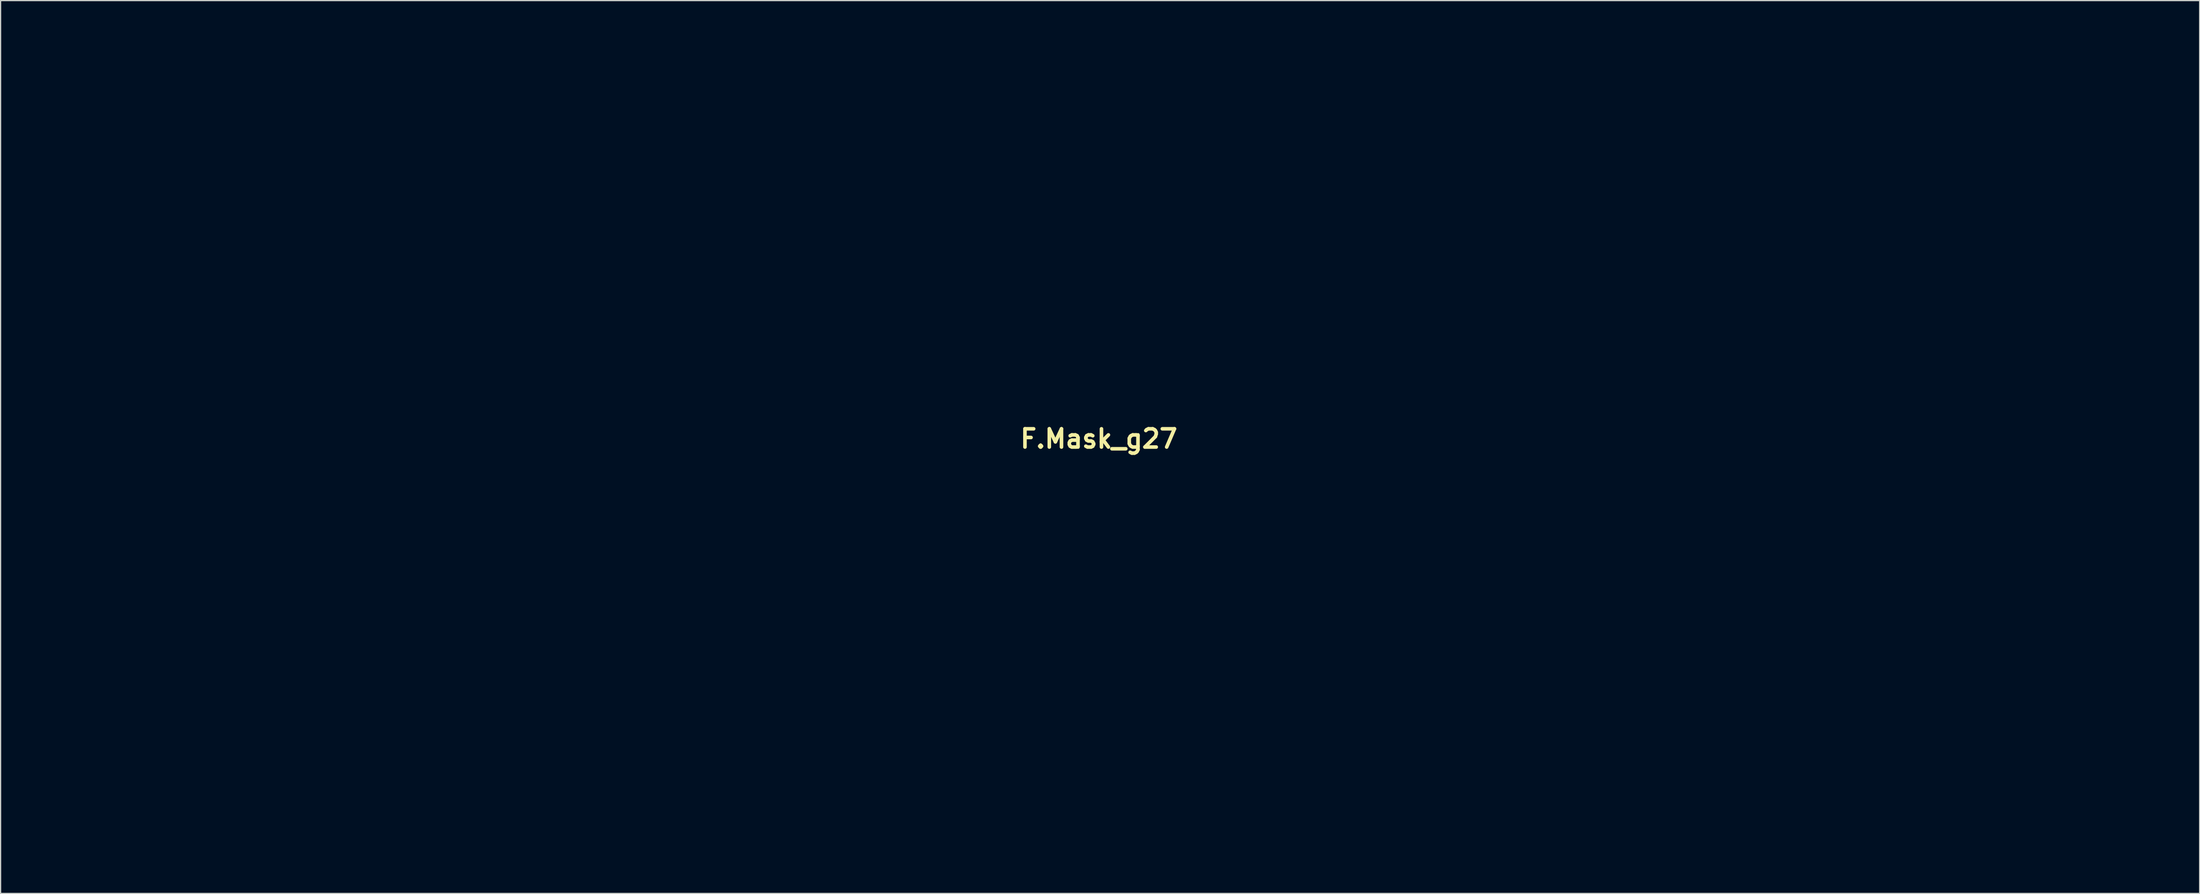
<source format=kicad_pcb>
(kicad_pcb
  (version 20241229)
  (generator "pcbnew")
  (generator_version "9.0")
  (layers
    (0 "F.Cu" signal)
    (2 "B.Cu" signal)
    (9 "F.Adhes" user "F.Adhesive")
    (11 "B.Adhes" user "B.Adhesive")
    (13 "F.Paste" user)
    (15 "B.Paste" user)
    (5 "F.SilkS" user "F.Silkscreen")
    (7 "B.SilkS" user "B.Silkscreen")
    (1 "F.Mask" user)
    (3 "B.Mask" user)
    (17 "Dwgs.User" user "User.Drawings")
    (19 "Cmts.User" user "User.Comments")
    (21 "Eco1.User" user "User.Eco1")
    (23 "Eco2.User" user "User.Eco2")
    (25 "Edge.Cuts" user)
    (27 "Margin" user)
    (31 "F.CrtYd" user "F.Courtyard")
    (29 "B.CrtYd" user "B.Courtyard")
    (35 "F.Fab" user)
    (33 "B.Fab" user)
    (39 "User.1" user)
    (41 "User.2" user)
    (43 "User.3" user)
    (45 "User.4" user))
  (footprint "F.Mask_g27"
    (layer "F.Cu")
    (at 88.688 33.618)
    (property "Reference" "F.Mask_g27" (at 0 0 0) (layer "F.SilkS") (effects (font (size 1.524 1.524) (thickness 0.3))))
    (attr through_hole)
    (fp_poly (pts (xy -20.92 -10.028) (xy -20.889 -9.996) (xy -20.831 -9.936) (xy -20.746 -9.849) (xy -20.636 -9.736) (xy -20.504 -9.6) (xy -20.349 -9.441) (xy -20.175 -9.262) (xy -19.983 -9.064) (xy -19.774 -8.849) (xy -19.55 -8.618) (xy -19.312 -8.373) (xy -19.063 -8.116) (xy -18.803 -7.848) (xy -18.534 -7.571) (xy -18.259 -7.287) (xy -18.152 -7.177) (xy -15.535 -4.479) (xy -15.795 -4.217) (xy -15.895 -4.118) (xy -15.998 -4.016) (xy -16.096 -3.921) (xy -16.179 -3.843) (xy -16.214 -3.811) (xy -16.372 -3.668) (xy -21.909 -9.366) (xy -21.49 -9.774) (xy -21.072 -10.181) (xy -20.92 -10.028)) (stroke (width 0.01) (type solid)) (fill yes) (layer "F.Mask"))
    (fp_poly (pts (xy 16.726 -17.5) (xy 16.756 -17.476) (xy 16.8 -17.432) (xy 16.862 -17.364) (xy 16.948 -17.268) (xy 17.027 -17.179) (xy 17.096 -17.1) (xy 17.15 -17.037) (xy 17.184 -16.996) (xy 17.194 -16.984) (xy 17.184 -16.961) (xy 17.145 -16.916) (xy 17.082 -16.853) (xy 16.998 -16.776) (xy 16.97 -16.751) (xy 16.697 -16.51) (xy 16.4 -16.244) (xy 16.081 -15.957) (xy 15.746 -15.653) (xy 15.401 -15.336) (xy 15.048 -15.012) (xy 14.694 -14.684) (xy 14.344 -14.357) (xy 14 -14.035) (xy 13.878 -13.919) (xy 13.737 -13.786) (xy 13.604 -13.661) (xy 13.484 -13.549) (xy 13.379 -13.453) (xy 13.293 -13.374) (xy 13.229 -13.317) (xy 13.19 -13.283) (xy 13.179 -13.276) (xy 13.157 -13.289) (xy 13.112 -13.328) (xy 13.048 -13.388) (xy 12.972 -13.465) (xy 12.906 -13.534) (xy 12.658 -13.797) (xy 13.224 -14.335) (xy 13.983 -15.051) (xy 14.747 -15.758) (xy 15.507 -16.451) (xy 16.254 -17.12) (xy 16.671 -17.489) (xy 16.689 -17.502) (xy 16.705 -17.507) (xy 16.726 -17.5)) (stroke (width 0.01) (type solid)) (fill yes) (layer "F.Mask"))
    (fp_poly (pts (xy -20.252 -5.457) (xy -19.969 -5.166) (xy -19.694 -4.882) (xy -19.429 -4.608) (xy -19.174 -4.345) (xy -18.932 -4.094) (xy -18.703 -3.857) (xy -18.49 -3.636) (xy -18.293 -3.432) (xy -18.115 -3.246) (xy -17.956 -3.081) (xy -17.818 -2.937) (xy -17.703 -2.815) (xy -17.611 -2.719) (xy -17.545 -2.648) (xy -17.506 -2.605) (xy -17.494 -2.591) (xy -17.509 -2.57) (xy -17.55 -2.524) (xy -17.614 -2.457) (xy -17.696 -2.373) (xy -17.794 -2.276) (xy -17.9 -2.172) (xy -18.305 -1.778) (xy -21.069 -4.625) (xy -21.353 -4.917) (xy -21.628 -5.201) (xy -21.894 -5.475) (xy -22.149 -5.738) (xy -22.391 -5.989) (xy -22.62 -6.225) (xy -22.834 -6.446) (xy -23.031 -6.65) (xy -23.21 -6.835) (xy -23.369 -7.001) (xy -23.507 -7.144) (xy -23.623 -7.265) (xy -23.715 -7.362) (xy -23.782 -7.432) (xy -23.822 -7.474) (xy -23.834 -7.488) (xy -23.819 -7.506) (xy -23.778 -7.55) (xy -23.714 -7.615) (xy -23.631 -7.697) (xy -23.534 -7.793) (xy -23.425 -7.898) (xy -23.422 -7.901) (xy -23.011 -8.298) (xy -20.252 -5.457)) (stroke (width 0.01) (type solid)) (fill yes) (layer "F.Mask"))
    (fp_poly (pts (xy -14.426 -11.101) (xy -14.142 -10.809) (xy -13.867 -10.525) (xy -13.601 -10.251) (xy -13.347 -9.988) (xy -13.104 -9.737) (xy -12.876 -9.501) (xy -12.662 -9.28) (xy -12.466 -9.076) (xy -12.287 -8.89) (xy -12.129 -8.725) (xy -11.991 -8.581) (xy -11.875 -8.46) (xy -11.784 -8.364) (xy -11.718 -8.294) (xy -11.678 -8.251) (xy -11.667 -8.237) (xy -11.683 -8.219) (xy -11.726 -8.175) (xy -11.791 -8.109) (xy -11.874 -8.027) (xy -11.971 -7.93) (xy -12.079 -7.825) (xy -12.484 -7.428) (xy -15.243 -10.268) (xy -15.526 -10.56) (xy -15.802 -10.844) (xy -16.067 -11.118) (xy -16.322 -11.381) (xy -16.565 -11.631) (xy -16.794 -11.868) (xy -17.008 -12.089) (xy -17.205 -12.293) (xy -17.384 -12.479) (xy -17.543 -12.644) (xy -17.681 -12.788) (xy -17.797 -12.909) (xy -17.89 -13.006) (xy -17.956 -13.076) (xy -17.996 -13.119) (xy -18.008 -13.133) (xy -17.995 -13.153) (xy -17.955 -13.199) (xy -17.892 -13.265) (xy -17.81 -13.349) (xy -17.713 -13.445) (xy -17.605 -13.551) (xy -17.603 -13.553) (xy -17.191 -13.949) (xy -14.426 -11.101)) (stroke (width 0.01) (type solid)) (fill yes) (layer "F.Mask"))
    (fp_poly (pts (xy -5.742 7.413) (xy -5.475 7.68) (xy -5.77 8.014) (xy -5.92 8.184) (xy -6.093 8.377) (xy -6.283 8.588) (xy -6.484 8.809) (xy -6.69 9.034) (xy -6.894 9.256) (xy -7.09 9.469) (xy -7.26 9.652) (xy -7.353 9.751) (xy -7.461 9.866) (xy -7.582 9.994) (xy -7.713 10.132) (xy -7.849 10.275) (xy -7.987 10.421) (xy -8.125 10.566) (xy -8.259 10.707) (xy -8.386 10.839) (xy -8.501 10.959) (xy -8.603 11.065) (xy -8.687 11.152) (xy -8.75 11.217) (xy -8.789 11.256) (xy -8.798 11.265) (xy -8.814 11.277) (xy -8.831 11.28) (xy -8.855 11.271) (xy -8.889 11.245) (xy -8.938 11.2) (xy -9.008 11.132) (xy -9.101 11.039) (xy -9.362 10.777) (xy -9.163 10.566) (xy -9.1 10.5) (xy -9.014 10.409) (xy -8.908 10.297) (xy -8.788 10.171) (xy -8.66 10.035) (xy -8.527 9.896) (xy -8.434 9.798) (xy -7.958 9.294) (xy -7.514 8.818) (xy -7.099 8.368) (xy -6.713 7.942) (xy -6.355 7.541) (xy -6.1 7.251) (xy -6.009 7.146) (xy -5.742 7.413)) (stroke (width 0.01) (type solid)) (fill yes) (layer "F.Mask"))
    (fp_poly (pts (xy 15.755 4.167) (xy 15.801 4.209) (xy 15.875 4.279) (xy 15.974 4.374) (xy 16.098 4.494) (xy 16.245 4.637) (xy 16.415 4.801) (xy 16.604 4.986) (xy 16.813 5.19) (xy 17.04 5.412) (xy 17.283 5.65) (xy 17.541 5.903) (xy 17.813 6.169) (xy 18.097 6.448) (xy 18.392 6.738) (xy 18.697 7.038) (xy 19.01 7.346) (xy 19.33 7.661) (xy 19.655 7.981) (xy 19.984 8.306) (xy 20.316 8.634) (xy 20.65 8.964) (xy 20.983 9.293) (xy 21.198 9.506) (xy 21.41 9.716) (xy 20.585 10.539) (xy 18.277 8.264) (xy 18.006 7.996) (xy 17.737 7.73) (xy 17.472 7.469) (xy 17.213 7.214) (xy 16.963 6.967) (xy 16.724 6.73) (xy 16.497 6.506) (xy 16.286 6.297) (xy 16.092 6.105) (xy 15.917 5.932) (xy 15.763 5.78) (xy 15.634 5.652) (xy 15.53 5.549) (xy 15.454 5.473) (xy 15.453 5.472) (xy 14.936 4.956) (xy 15.324 4.558) (xy 15.429 4.451) (xy 15.525 4.354) (xy 15.608 4.272) (xy 15.674 4.208) (xy 15.719 4.167) (xy 15.738 4.153) (xy 15.755 4.167)) (stroke (width 0.01) (type solid)) (fill yes) (layer "F.Mask"))
    (fp_poly (pts (xy 16.669 8.831) (xy 16.958 9.117) (xy 17.239 9.394) (xy 17.51 9.662) (xy 17.77 9.92) (xy 18.018 10.165) (xy 18.252 10.396) (xy 18.47 10.612) (xy 18.671 10.811) (xy 18.853 10.993) (xy 19.016 11.154) (xy 19.157 11.295) (xy 19.275 11.413) (xy 19.369 11.507) (xy 19.437 11.576) (xy 19.477 11.617) (xy 19.489 11.63) (xy 19.476 11.651) (xy 19.437 11.697) (xy 19.377 11.766) (xy 19.297 11.852) (xy 19.204 11.951) (xy 19.099 12.06) (xy 19.097 12.062) (xy 18.701 12.471) (xy 15.875 9.684) (xy 15.585 9.398) (xy 15.304 9.121) (xy 15.032 8.852) (xy 14.771 8.595) (xy 14.523 8.35) (xy 14.289 8.118) (xy 14.07 7.902) (xy 13.869 7.702) (xy 13.685 7.521) (xy 13.522 7.359) (xy 13.38 7.219) (xy 13.261 7.1) (xy 13.167 7.006) (xy 13.098 6.938) (xy 13.057 6.896) (xy 13.044 6.883) (xy 13.057 6.864) (xy 13.096 6.821) (xy 13.158 6.755) (xy 13.238 6.671) (xy 13.334 6.574) (xy 13.44 6.467) (xy 13.446 6.461) (xy 13.854 6.054) (xy 16.669 8.831)) (stroke (width 0.01) (type solid)) (fill yes) (layer "F.Mask"))
    (fp_poly (pts (xy 56.087 33.754) (xy 56.099 33.793) (xy 56.102 33.806) (xy 56.135 33.996) (xy 56.162 34.148) (xy 56.182 34.265) (xy 56.195 34.352) (xy 56.202 34.411) (xy 56.204 34.446) (xy 56.202 34.461) (xy 56.201 34.462) (xy 56.174 34.471) (xy 56.108 34.485) (xy 56.01 34.503) (xy 55.884 34.525) (xy 55.734 34.549) (xy 55.564 34.576) (xy 55.38 34.603) (xy 55.186 34.631) (xy 54.986 34.66) (xy 54.784 34.687) (xy 54.587 34.714) (xy 54.397 34.738) (xy 54.22 34.759) (xy 54.176 34.764) (xy 53.822 34.803) (xy 53.457 34.839) (xy 53.087 34.873) (xy 52.718 34.902) (xy 52.357 34.929) (xy 52.009 34.951) (xy 51.681 34.968) (xy 51.379 34.98) (xy 51.108 34.987) (xy 50.953 34.988) (xy 50.694 34.989) (xy 50.694 34.256) (xy 51.366 34.23) (xy 52.385 34.178) (xy 53.378 34.098) (xy 54.352 33.991) (xy 55.316 33.856) (xy 55.393 33.844) (xy 55.544 33.82) (xy 55.684 33.798) (xy 55.808 33.778) (xy 55.909 33.762) (xy 55.98 33.751) (xy 56.011 33.746) (xy 56.062 33.741) (xy 56.087 33.754)) (stroke (width 0.01) (type solid)) (fill yes) (layer "F.Mask"))
    (fp_poly (pts (xy 13.133 14.63) (xy 13.182 14.67) (xy 13.253 14.733) (xy 13.344 14.815) (xy 13.45 14.913) (xy 13.569 15.023) (xy 13.677 15.125) (xy 14.227 15.645) (xy 14.756 16.14) (xy 15.269 16.614) (xy 15.773 17.075) (xy 16.274 17.527) (xy 16.616 17.833) (xy 16.741 17.944) (xy 16.855 18.046) (xy 16.956 18.135) (xy 17.038 18.208) (xy 17.099 18.262) (xy 17.134 18.294) (xy 17.142 18.3) (xy 17.132 18.318) (xy 17.098 18.36) (xy 17.046 18.42) (xy 16.982 18.494) (xy 16.911 18.573) (xy 16.839 18.654) (xy 16.77 18.728) (xy 16.711 18.791) (xy 16.667 18.836) (xy 16.643 18.857) (xy 16.641 18.858) (xy 16.622 18.844) (xy 16.576 18.806) (xy 16.507 18.746) (xy 16.42 18.67) (xy 16.319 18.58) (xy 16.224 18.496) (xy 15.814 18.127) (xy 15.431 17.78) (xy 15.07 17.451) (xy 14.725 17.135) (xy 14.391 16.826) (xy 14.062 16.521) (xy 13.734 16.213) (xy 13.401 15.899) (xy 13.181 15.69) (xy 12.593 15.131) (xy 12.839 14.873) (xy 12.922 14.788) (xy 12.996 14.714) (xy 13.057 14.658) (xy 13.098 14.624) (xy 13.112 14.616) (xy 13.133 14.63)) (stroke (width 0.01) (type solid)) (fill yes) (layer "F.Mask"))
    (fp_poly (pts (xy 21.32 21.826) (xy 21.356 21.846) (xy 21.41 21.882) (xy 21.484 21.936) (xy 21.582 22.011) (xy 21.709 22.11) (xy 21.752 22.144) (xy 22.486 22.717) (xy 23.219 23.277) (xy 23.964 23.834) (xy 24.732 24.395) (xy 25.093 24.655) (xy 25.23 24.753) (xy 25.355 24.845) (xy 25.465 24.925) (xy 25.556 24.992) (xy 25.623 25.043) (xy 25.662 25.074) (xy 25.671 25.083) (xy 25.662 25.105) (xy 25.631 25.156) (xy 25.584 25.229) (xy 25.523 25.319) (xy 25.467 25.399) (xy 25.257 25.696) (xy 24.73 25.32) (xy 24.071 24.844) (xy 23.426 24.37) (xy 22.78 23.886) (xy 22.31 23.529) (xy 22.146 23.403) (xy 21.979 23.274) (xy 21.812 23.145) (xy 21.647 23.017) (xy 21.49 22.894) (xy 21.342 22.778) (xy 21.207 22.672) (xy 21.089 22.578) (xy 20.991 22.5) (xy 20.916 22.439) (xy 20.868 22.399) (xy 20.849 22.381) (xy 20.849 22.381) (xy 20.862 22.362) (xy 20.895 22.317) (xy 20.944 22.253) (xy 21.004 22.175) (xy 21.069 22.092) (xy 21.135 22.009) (xy 21.195 21.934) (xy 21.244 21.873) (xy 21.277 21.833) (xy 21.284 21.825) (xy 21.297 21.82) (xy 21.32 21.826)) (stroke (width 0.01) (type solid)) (fill yes) (layer "F.Mask"))
    (fp_poly (pts (xy -40.567 32.7) (xy -40.544 32.752) (xy -40.515 32.829) (xy -40.483 32.922) (xy -40.449 33.024) (xy -40.418 33.126) (xy -40.39 33.221) (xy -40.369 33.3) (xy -40.358 33.356) (xy -40.358 33.38) (xy -40.383 33.391) (xy -40.442 33.411) (xy -40.528 33.439) (xy -40.633 33.472) (xy -40.735 33.503) (xy -41.632 33.76) (xy -42.51 33.989) (xy -43.38 34.192) (xy -44.252 34.372) (xy -45.138 34.531) (xy -45.276 34.554) (xy -45.434 34.58) (xy -45.555 34.599) (xy -45.645 34.613) (xy -45.707 34.621) (xy -45.748 34.625) (xy -45.773 34.624) (xy -45.785 34.619) (xy -45.791 34.61) (xy -45.793 34.602) (xy -45.801 34.567) (xy -45.812 34.502) (xy -45.825 34.415) (xy -45.839 34.314) (xy -45.854 34.209) (xy -45.867 34.107) (xy -45.878 34.017) (xy -45.885 33.948) (xy -45.888 33.908) (xy -45.888 33.901) (xy -45.865 33.896) (xy -45.807 33.885) (xy -45.717 33.869) (xy -45.603 33.849) (xy -45.47 33.827) (xy -45.339 33.805) (xy -44.189 33.596) (xy -43.044 33.347) (xy -41.901 33.057) (xy -41.061 32.818) (xy -40.928 32.778) (xy -40.809 32.743) (xy -40.708 32.715) (xy -40.633 32.694) (xy -40.589 32.683) (xy -40.581 32.681) (xy -40.567 32.7)) (stroke (width 0.01) (type solid)) (fill yes) (layer "F.Mask"))
    (fp_poly (pts (xy 8.814 -9.888) (xy 8.862 -9.851) (xy 8.928 -9.793) (xy 9.009 -9.721) (xy 9.079 -9.655) (xy 9.342 -9.406) (xy 8.951 -8.994) (xy 8.61 -8.633) (xy 8.266 -8.265) (xy 7.922 -7.894) (xy 7.582 -7.524) (xy 7.252 -7.16) (xy 6.933 -6.807) (xy 6.631 -6.467) (xy 6.349 -6.147) (xy 6.09 -5.849) (xy 5.962 -5.699) (xy 5.874 -5.597) (xy 5.796 -5.508) (xy 5.73 -5.435) (xy 5.682 -5.383) (xy 5.654 -5.357) (xy 5.651 -5.355) (xy 5.628 -5.368) (xy 5.58 -5.402) (xy 5.518 -5.451) (xy 5.489 -5.476) (xy 5.401 -5.549) (xy 5.304 -5.631) (xy 5.219 -5.704) (xy 5.213 -5.71) (xy 5.081 -5.823) (xy 5.327 -6.113) (xy 5.449 -6.257) (xy 5.589 -6.418) (xy 5.744 -6.595) (xy 5.911 -6.785) (xy 6.09 -6.986) (xy 6.277 -7.196) (xy 6.471 -7.412) (xy 6.67 -7.633) (xy 6.871 -7.855) (xy 7.072 -8.078) (xy 7.272 -8.297) (xy 7.469 -8.512) (xy 7.66 -8.719) (xy 7.842 -8.917) (xy 8.015 -9.103) (xy 8.176 -9.276) (xy 8.323 -9.432) (xy 8.454 -9.569) (xy 8.567 -9.686) (xy 8.659 -9.78) (xy 8.729 -9.848) (xy 8.774 -9.889) (xy 8.792 -9.9) (xy 8.814 -9.888)) (stroke (width 0.01) (type solid)) (fill yes) (layer "F.Mask"))
    (fp_poly (pts (xy -83.1 3.448) (xy -83.099 3.502) (xy -83.094 3.591) (xy -83.086 3.71) (xy -83.076 3.853) (xy -83.064 4.013) (xy -83.051 4.185) (xy -83.037 4.362) (xy -83.023 4.539) (xy -83.008 4.709) (xy -82.994 4.865) (xy -82.993 4.879) (xy -82.939 5.422) (xy -82.875 5.981) (xy -82.803 6.545) (xy -82.724 7.106) (xy -82.64 7.652) (xy -82.552 8.174) (xy -82.479 8.567) (xy -82.46 8.665) (xy -82.446 8.747) (xy -82.436 8.803) (xy -82.433 8.826) (xy -82.433 8.826) (xy -82.455 8.83) (xy -82.51 8.841) (xy -82.589 8.857) (xy -82.684 8.876) (xy -82.787 8.897) (xy -82.889 8.917) (xy -82.981 8.936) (xy -83.055 8.951) (xy -83.103 8.961) (xy -83.114 8.964) (xy -83.13 8.965) (xy -83.143 8.958) (xy -83.156 8.937) (xy -83.169 8.897) (xy -83.185 8.832) (xy -83.204 8.738) (xy -83.229 8.608) (xy -83.235 8.578) (xy -83.338 8.006) (xy -83.436 7.403) (xy -83.527 6.777) (xy -83.61 6.141) (xy -83.683 5.504) (xy -83.745 4.876) (xy -83.796 4.267) (xy -83.832 3.701) (xy -83.847 3.433) (xy -83.617 3.42) (xy -83.503 3.413) (xy -83.387 3.405) (xy -83.287 3.398) (xy -83.243 3.394) (xy -83.1 3.382) (xy -83.1 3.448)) (stroke (width 0.01) (type solid)) (fill yes) (layer "F.Mask"))
    (fp_poly (pts (xy 40.058 32.668) (xy 40.113 32.683) (xy 40.196 32.707) (xy 40.3 32.737) (xy 40.419 32.774) (xy 40.421 32.774) (xy 41.466 33.078) (xy 42.531 33.35) (xy 43.604 33.587) (xy 44.675 33.788) (xy 44.895 33.825) (xy 45.021 33.846) (xy 45.132 33.864) (xy 45.222 33.88) (xy 45.284 33.891) (xy 45.311 33.896) (xy 45.312 33.896) (xy 45.31 33.918) (xy 45.303 33.974) (xy 45.292 34.057) (xy 45.276 34.161) (xy 45.265 34.238) (xy 45.247 34.354) (xy 45.232 34.456) (xy 45.221 34.537) (xy 45.214 34.588) (xy 45.212 34.602) (xy 45.211 34.612) (xy 45.206 34.62) (xy 45.191 34.623) (xy 45.163 34.623) (xy 45.117 34.619) (xy 45.049 34.609) (xy 44.954 34.594) (xy 44.828 34.573) (xy 44.666 34.545) (xy 44.598 34.534) (xy 43.809 34.391) (xy 43.049 34.237) (xy 42.306 34.067) (xy 41.566 33.881) (xy 40.817 33.673) (xy 40.349 33.535) (xy 40.206 33.491) (xy 40.078 33.45) (xy 39.97 33.414) (xy 39.886 33.384) (xy 39.832 33.363) (xy 39.815 33.352) (xy 39.821 33.326) (xy 39.838 33.269) (xy 39.862 33.189) (xy 39.893 33.094) (xy 39.925 32.992) (xy 39.958 32.891) (xy 39.988 32.799) (xy 40.013 32.726) (xy 40.03 32.678) (xy 40.037 32.664) (xy 40.058 32.668)) (stroke (width 0.01) (type solid)) (fill yes) (layer "F.Mask"))
    (fp_poly (pts (xy 82.062 -7.492) (xy 82.069 -7.485) (xy 82.077 -7.468) (xy 82.086 -7.439) (xy 82.096 -7.393) (xy 82.109 -7.326) (xy 82.126 -7.235) (xy 82.147 -7.117) (xy 82.172 -6.967) (xy 82.204 -6.782) (xy 82.232 -6.615) (xy 82.385 -5.64) (xy 82.514 -4.641) (xy 82.619 -3.631) (xy 82.687 -2.794) (xy 82.697 -2.647) (xy 82.707 -2.504) (xy 82.716 -2.373) (xy 82.724 -2.264) (xy 82.73 -2.187) (xy 82.731 -2.177) (xy 82.743 -2.015) (xy 82.567 -2.003) (xy 82.458 -1.995) (xy 82.332 -1.987) (xy 82.213 -1.979) (xy 82.197 -1.978) (xy 82.003 -1.966) (xy 81.992 -2.057) (xy 81.987 -2.104) (xy 81.98 -2.185) (xy 81.972 -2.295) (xy 81.963 -2.426) (xy 81.953 -2.57) (xy 81.946 -2.667) (xy 81.901 -3.272) (xy 81.843 -3.897) (xy 81.774 -4.532) (xy 81.696 -5.167) (xy 81.609 -5.792) (xy 81.515 -6.396) (xy 81.415 -6.968) (xy 81.406 -7.015) (xy 81.385 -7.128) (xy 81.368 -7.227) (xy 81.357 -7.303) (xy 81.351 -7.349) (xy 81.351 -7.359) (xy 81.374 -7.366) (xy 81.43 -7.379) (xy 81.51 -7.395) (xy 81.607 -7.415) (xy 81.711 -7.435) (xy 81.814 -7.454) (xy 81.908 -7.471) (xy 81.984 -7.484) (xy 82.033 -7.492) (xy 82.045 -7.493) (xy 82.054 -7.493) (xy 82.062 -7.492)) (stroke (width 0.01) (type solid)) (fill yes) (layer "F.Mask"))
    (fp_poly (pts (xy -75.363 23.402) (xy -75.342 23.423) (xy -75.298 23.472) (xy -75.236 23.544) (xy -75.16 23.632) (xy -75.075 23.734) (xy -75.045 23.77) (xy -74.837 24.016) (xy -74.612 24.279) (xy -74.374 24.552) (xy -74.129 24.828) (xy -73.883 25.102) (xy -73.641 25.368) (xy -73.41 25.618) (xy -73.194 25.847) (xy -73.026 26.022) (xy -72.635 26.408) (xy -72.219 26.796) (xy -71.897 27.08) (xy -71.609 27.328) (xy -71.844 27.613) (xy -71.921 27.706) (xy -71.989 27.785) (xy -72.043 27.847) (xy -72.079 27.886) (xy -72.091 27.897) (xy -72.113 27.884) (xy -72.157 27.85) (xy -72.216 27.801) (xy -72.231 27.788) (xy -72.503 27.554) (xy -72.77 27.315) (xy -73.036 27.067) (xy -73.305 26.805) (xy -73.581 26.527) (xy -73.868 26.229) (xy -74.17 25.906) (xy -74.49 25.554) (xy -74.667 25.358) (xy -74.788 25.221) (xy -74.917 25.075) (xy -75.049 24.923) (xy -75.183 24.769) (xy -75.314 24.616) (xy -75.441 24.469) (xy -75.56 24.329) (xy -75.668 24.201) (xy -75.762 24.088) (xy -75.84 23.993) (xy -75.899 23.92) (xy -75.935 23.872) (xy -75.946 23.854) (xy -75.93 23.836) (xy -75.887 23.797) (xy -75.822 23.74) (xy -75.74 23.67) (xy -75.668 23.611) (xy -75.554 23.519) (xy -75.468 23.454) (xy -75.408 23.415) (xy -75.373 23.4) (xy -75.363 23.402)) (stroke (width 0.01) (type solid)) (fill yes) (layer "F.Mask"))
    (fp_poly (pts (xy -34.973 -29.853) (xy -34.879 -29.809) (xy -34.751 -29.748) (xy -34.597 -29.673) (xy -34.421 -29.586) (xy -34.229 -29.49) (xy -34.025 -29.388) (xy -33.815 -29.282) (xy -33.605 -29.175) (xy -33.399 -29.071) (xy -33.203 -28.97) (xy -33.022 -28.876) (xy -32.861 -28.792) (xy -32.766 -28.742) (xy -32.568 -28.636) (xy -32.36 -28.524) (xy -32.146 -28.407) (xy -31.929 -28.288) (xy -31.712 -28.168) (xy -31.498 -28.048) (xy -31.29 -27.932) (xy -31.092 -27.82) (xy -30.906 -27.714) (xy -30.736 -27.617) (xy -30.585 -27.529) (xy -30.457 -27.454) (xy -30.353 -27.391) (xy -30.279 -27.345) (xy -30.236 -27.315) (xy -30.226 -27.305) (xy -30.236 -27.281) (xy -30.264 -27.229) (xy -30.305 -27.156) (xy -30.355 -27.07) (xy -30.41 -26.977) (xy -30.465 -26.885) (xy -30.517 -26.802) (xy -30.56 -26.734) (xy -30.59 -26.688) (xy -30.604 -26.672) (xy -30.625 -26.683) (xy -30.678 -26.712) (xy -30.757 -26.757) (xy -30.856 -26.814) (xy -30.971 -26.881) (xy -31.052 -26.928) (xy -31.483 -27.179) (xy -31.907 -27.42) (xy -32.331 -27.656) (xy -32.762 -27.889) (xy -33.206 -28.124) (xy -33.673 -28.365) (xy -34.167 -28.616) (xy -34.432 -28.748) (xy -35.452 -29.256) (xy -35.402 -29.365) (xy -35.373 -29.43) (xy -35.331 -29.52) (xy -35.283 -29.622) (xy -35.246 -29.701) (xy -35.138 -29.928) (xy -34.973 -29.853)) (stroke (width 0.01) (type solid)) (fill yes) (layer "F.Mask"))
    (fp_poly (pts (xy -62.221 -31.731) (xy -62.2 -31.68) (xy -62.172 -31.604) (xy -62.14 -31.511) (xy -62.106 -31.409) (xy -62.072 -31.307) (xy -62.042 -31.211) (xy -62.018 -31.131) (xy -62.002 -31.073) (xy -61.998 -31.046) (xy -61.998 -31.045) (xy -62.02 -31.036) (xy -62.076 -31.016) (xy -62.16 -30.987) (xy -62.264 -30.951) (xy -62.384 -30.91) (xy -62.397 -30.905) (xy -63.052 -30.674) (xy -63.727 -30.418) (xy -64.411 -30.141) (xy -65.096 -29.848) (xy -65.77 -29.543) (xy -66.423 -29.23) (xy -66.564 -29.16) (xy -66.69 -29.097) (xy -66.804 -29.04) (xy -66.899 -28.994) (xy -66.97 -28.959) (xy -67.013 -28.939) (xy -67.022 -28.935) (xy -67.037 -28.951) (xy -67.065 -28.994) (xy -67.083 -29.025) (xy -67.109 -29.071) (xy -67.148 -29.145) (xy -67.196 -29.235) (xy -67.247 -29.333) (xy -67.296 -29.427) (xy -67.337 -29.508) (xy -67.365 -29.565) (xy -67.369 -29.574) (xy -67.353 -29.587) (xy -67.304 -29.617) (xy -67.226 -29.659) (xy -67.126 -29.712) (xy -67.006 -29.774) (xy -66.883 -29.836) (xy -65.954 -30.284) (xy -65.015 -30.702) (xy -64.057 -31.094) (xy -63.437 -31.331) (xy -63.305 -31.379) (xy -63.161 -31.432) (xy -63.011 -31.485) (xy -62.859 -31.539) (xy -62.712 -31.59) (xy -62.575 -31.638) (xy -62.454 -31.679) (xy -62.354 -31.713) (xy -62.28 -31.737) (xy -62.238 -31.749) (xy -62.231 -31.75) (xy -62.221 -31.731)) (stroke (width 0.01) (type solid)) (fill yes) (layer "F.Mask"))
    (fp_poly (pts (xy -67.064 30.297) (xy -67.012 30.32) (xy -66.935 30.357) (xy -66.837 30.405) (xy -66.727 30.462) (xy -66.722 30.464) (xy -66.319 30.666) (xy -65.883 30.874) (xy -65.422 31.085) (xy -64.944 31.296) (xy -64.457 31.503) (xy -63.969 31.703) (xy -63.487 31.893) (xy -63.018 32.07) (xy -62.571 32.231) (xy -62.213 32.353) (xy -62.128 32.384) (xy -62.07 32.411) (xy -62.046 32.431) (xy -62.046 32.435) (xy -62.055 32.462) (xy -62.075 32.523) (xy -62.104 32.609) (xy -62.139 32.713) (xy -62.165 32.792) (xy -62.202 32.903) (xy -62.234 32.998) (xy -62.259 33.071) (xy -62.275 33.115) (xy -62.279 33.125) (xy -62.299 33.118) (xy -62.354 33.099) (xy -62.436 33.07) (xy -62.54 33.034) (xy -62.66 32.992) (xy -62.696 32.979) (xy -63.48 32.696) (xy -64.255 32.396) (xy -65.012 32.085) (xy -65.74 31.766) (xy -66.008 31.643) (xy -66.161 31.571) (xy -66.323 31.494) (xy -66.488 31.414) (xy -66.653 31.334) (xy -66.812 31.256) (xy -66.961 31.182) (xy -67.096 31.114) (xy -67.212 31.055) (xy -67.305 31.006) (xy -67.369 30.97) (xy -67.402 30.95) (xy -67.404 30.948) (xy -67.398 30.925) (xy -67.377 30.872) (xy -67.343 30.797) (xy -67.301 30.707) (xy -67.254 30.61) (xy -67.206 30.514) (xy -67.161 30.426) (xy -67.122 30.353) (xy -67.094 30.304) (xy -67.084 30.291) (xy -67.064 30.297)) (stroke (width 0.01) (type solid)) (fill yes) (layer "F.Mask"))
    (fp_poly (pts (xy 3.946 16.17) (xy 3.992 16.214) (xy 4.065 16.283) (xy 4.162 16.377) (xy 4.281 16.494) (xy 4.422 16.632) (xy 4.582 16.788) (xy 4.76 16.962) (xy 4.952 17.152) (xy 5.159 17.355) (xy 5.378 17.57) (xy 5.607 17.795) (xy 5.844 18.029) (xy 6.087 18.269) (xy 6.336 18.514) (xy 6.587 18.763) (xy 6.84 19.012) (xy 7.092 19.261) (xy 7.341 19.508) (xy 7.586 19.75) (xy 7.826 19.987) (xy 8.057 20.216) (xy 8.278 20.436) (xy 8.488 20.645) (xy 8.685 20.84) (xy 8.867 21.021) (xy 9.032 21.185) (xy 9.178 21.331) (xy 9.304 21.457) (xy 9.407 21.561) (xy 9.486 21.641) (xy 9.54 21.696) (xy 9.565 21.723) (xy 9.567 21.726) (xy 9.553 21.747) (xy 9.512 21.793) (xy 9.45 21.86) (xy 9.37 21.944) (xy 9.276 22.04) (xy 9.202 22.114) (xy 8.836 22.48) (xy 6.889 20.56) (xy 6.629 20.304) (xy 6.364 20.042) (xy 6.098 19.779) (xy 5.832 19.518) (xy 5.571 19.26) (xy 5.318 19.01) (xy 5.075 18.77) (xy 4.845 18.543) (xy 4.631 18.333) (xy 4.437 18.141) (xy 4.266 17.972) (xy 4.12 17.828) (xy 4.055 17.764) (xy 3.168 16.888) (xy 3.537 16.518) (xy 3.639 16.417) (xy 3.733 16.326) (xy 3.813 16.251) (xy 3.875 16.195) (xy 3.915 16.162) (xy 3.928 16.155) (xy 3.946 16.17)) (stroke (width 0.01) (type solid)) (fill yes) (layer "F.Mask"))
    (fp_poly (pts (xy -7.576 -23.058) (xy -7.549 -23.03) (xy -7.493 -22.973) (xy -7.412 -22.889) (xy -7.305 -22.779) (xy -7.175 -22.646) (xy -7.024 -22.49) (xy -6.852 -22.313) (xy -6.662 -22.118) (xy -6.455 -21.904) (xy -6.233 -21.675) (xy -5.997 -21.432) (xy -5.748 -21.176) (xy -5.489 -20.909) (xy -5.22 -20.632) (xy -4.944 -20.348) (xy -4.805 -20.204) (xy -2.155 -17.473) (xy -2.532 -17.108) (xy -2.636 -17.008) (xy -2.731 -16.918) (xy -2.811 -16.842) (xy -2.872 -16.786) (xy -2.911 -16.751) (xy -2.923 -16.743) (xy -2.939 -16.758) (xy -2.983 -16.802) (xy -3.053 -16.873) (xy -3.149 -16.97) (xy -3.268 -17.092) (xy -3.41 -17.236) (xy -3.572 -17.402) (xy -3.754 -17.588) (xy -3.953 -17.793) (xy -4.169 -18.014) (xy -4.4 -18.251) (xy -4.644 -18.502) (xy -4.9 -18.766) (xy -5.167 -19.04) (xy -5.443 -19.324) (xy -5.691 -19.58) (xy -5.974 -19.871) (xy -6.249 -20.155) (xy -6.514 -20.428) (xy -6.768 -20.691) (xy -7.01 -20.941) (xy -7.239 -21.177) (xy -7.452 -21.398) (xy -7.648 -21.601) (xy -7.826 -21.786) (xy -7.985 -21.951) (xy -8.123 -22.094) (xy -8.238 -22.214) (xy -8.329 -22.31) (xy -8.395 -22.38) (xy -8.434 -22.422) (xy -8.445 -22.435) (xy -8.431 -22.454) (xy -8.39 -22.498) (xy -8.327 -22.564) (xy -8.246 -22.646) (xy -8.15 -22.74) (xy -8.072 -22.817) (xy -7.698 -23.181) (xy -7.576 -23.058)) (stroke (width 0.01) (type solid)) (fill yes) (layer "F.Mask"))
    (fp_poly (pts (xy 66.293 30.26) (xy 66.316 30.293) (xy 66.351 30.354) (xy 66.394 30.433) (xy 66.443 30.525) (xy 66.491 30.62) (xy 66.537 30.713) (xy 66.576 30.795) (xy 66.604 30.859) (xy 66.618 30.897) (xy 66.618 30.904) (xy 66.585 30.928) (xy 66.517 30.966) (xy 66.418 31.019) (xy 66.292 31.084) (xy 66.144 31.159) (xy 65.976 31.242) (xy 65.794 31.331) (xy 65.6 31.425) (xy 65.399 31.521) (xy 65.195 31.618) (xy 64.991 31.714) (xy 64.792 31.807) (xy 64.601 31.894) (xy 64.422 31.975) (xy 64.35 32.007) (xy 64.184 32.079) (xy 63.997 32.158) (xy 63.795 32.242) (xy 63.58 32.33) (xy 63.357 32.42) (xy 63.131 32.51) (xy 62.904 32.599) (xy 62.683 32.686) (xy 62.47 32.767) (xy 62.27 32.843) (xy 62.086 32.911) (xy 61.925 32.969) (xy 61.788 33.017) (xy 61.681 33.052) (xy 61.608 33.073) (xy 61.595 33.076) (xy 61.574 33.079) (xy 61.556 33.076) (xy 61.54 33.06) (xy 61.522 33.027) (xy 61.5 32.972) (xy 61.47 32.888) (xy 61.43 32.77) (xy 61.42 32.738) (xy 61.303 32.389) (xy 61.56 32.3) (xy 62.181 32.076) (xy 62.817 31.831) (xy 63.46 31.57) (xy 64.099 31.295) (xy 64.725 31.012) (xy 65.328 30.725) (xy 65.867 30.454) (xy 65.987 30.393) (xy 66.095 30.34) (xy 66.185 30.299) (xy 66.251 30.271) (xy 66.288 30.26) (xy 66.293 30.26)) (stroke (width 0.01) (type solid)) (fill yes) (layer "F.Mask"))
    (fp_poly (pts (xy -56.74 33.748) (xy -56.682 33.755) (xy -56.595 33.767) (xy -56.484 33.784) (xy -56.356 33.804) (xy -56.301 33.813) (xy -55.554 33.926) (xy -54.779 34.024) (xy -53.99 34.106) (xy -53.2 34.17) (xy -53.001 34.184) (xy -52.816 34.195) (xy -52.617 34.206) (xy -52.411 34.217) (xy -52.207 34.226) (xy -52.012 34.234) (xy -51.833 34.241) (xy -51.679 34.245) (xy -51.556 34.247) (xy -51.522 34.248) (xy -51.302 34.248) (xy -51.316 34.378) (xy -51.321 34.455) (xy -51.326 34.558) (xy -51.329 34.673) (xy -51.329 34.748) (xy -51.329 34.989) (xy -51.684 34.984) (xy -51.813 34.983) (xy -51.938 34.981) (xy -52.049 34.978) (xy -52.133 34.976) (xy -52.165 34.975) (xy -52.672 34.949) (xy -53.145 34.92) (xy -53.593 34.888) (xy -54.025 34.852) (xy -54.45 34.812) (xy -54.875 34.765) (xy -55.31 34.712) (xy -55.393 34.702) (xy -55.512 34.686) (xy -55.65 34.667) (xy -55.801 34.645) (xy -55.962 34.622) (xy -56.125 34.598) (xy -56.285 34.574) (xy -56.438 34.55) (xy -56.576 34.528) (xy -56.696 34.509) (xy -56.792 34.493) (xy -56.857 34.481) (xy -56.887 34.475) (xy -56.889 34.474) (xy -56.887 34.452) (xy -56.88 34.397) (xy -56.867 34.316) (xy -56.852 34.219) (xy -56.834 34.113) (xy -56.815 34.008) (xy -56.797 33.91) (xy -56.781 33.828) (xy -56.769 33.771) (xy -56.763 33.747) (xy -56.763 33.747) (xy -56.74 33.748)) (stroke (width 0.01) (type solid)) (fill yes) (layer "F.Mask"))
    (fp_poly (pts (xy 5.622 6.689) (xy 5.662 6.731) (xy 5.722 6.798) (xy 5.798 6.884) (xy 5.885 6.986) (xy 5.962 7.076) (xy 6.115 7.257) (xy 6.268 7.436) (xy 6.423 7.616) (xy 6.582 7.799) (xy 6.748 7.987) (xy 6.923 8.183) (xy 7.108 8.389) (xy 7.306 8.608) (xy 7.519 8.841) (xy 7.748 9.091) (xy 7.998 9.361) (xy 8.268 9.653) (xy 8.562 9.969) (xy 8.882 10.311) (xy 9.122 10.569) (xy 9.281 10.738) (xy 9.016 10.988) (xy 8.929 11.07) (xy 8.853 11.141) (xy 8.792 11.196) (xy 8.752 11.23) (xy 8.739 11.239) (xy 8.722 11.224) (xy 8.679 11.183) (xy 8.616 11.12) (xy 8.537 11.039) (xy 8.446 10.944) (xy 8.389 10.885) (xy 8.188 10.672) (xy 7.979 10.449) (xy 7.764 10.219) (xy 7.546 9.983) (xy 7.326 9.744) (xy 7.106 9.503) (xy 6.888 9.263) (xy 6.673 9.026) (xy 6.463 8.794) (xy 6.262 8.568) (xy 6.069 8.352) (xy 5.887 8.146) (xy 5.718 7.954) (xy 5.564 7.777) (xy 5.426 7.617) (xy 5.307 7.476) (xy 5.208 7.357) (xy 5.131 7.261) (xy 5.077 7.19) (xy 5.05 7.148) (xy 5.047 7.135) (xy 5.066 7.116) (xy 5.112 7.077) (xy 5.176 7.021) (xy 5.253 6.957) (xy 5.336 6.888) (xy 5.419 6.82) (xy 5.493 6.76) (xy 5.554 6.712) (xy 5.593 6.682) (xy 5.605 6.674) (xy 5.622 6.689)) (stroke (width 0.01) (type solid)) (fill yes) (layer "F.Mask"))
    (fp_poly (pts (xy 82.077 3.442) (xy 82.159 3.445) (xy 82.258 3.449) (xy 82.365 3.455) (xy 82.473 3.46) (xy 82.571 3.466) (xy 82.653 3.471) (xy 82.71 3.475) (xy 82.733 3.478) (xy 82.733 3.478) (xy 82.733 3.5) (xy 82.73 3.559) (xy 82.725 3.65) (xy 82.717 3.767) (xy 82.708 3.905) (xy 82.696 4.059) (xy 82.684 4.223) (xy 82.671 4.392) (xy 82.665 4.466) (xy 82.599 5.217) (xy 82.52 5.966) (xy 82.429 6.705) (xy 82.327 7.425) (xy 82.215 8.118) (xy 82.146 8.504) (xy 82.122 8.636) (xy 82.1 8.754) (xy 82.083 8.852) (xy 82.07 8.922) (xy 82.064 8.96) (xy 82.063 8.964) (xy 82.063 8.969) (xy 82.06 8.971) (xy 82.048 8.971) (xy 82.021 8.967) (xy 81.974 8.958) (xy 81.901 8.944) (xy 81.798 8.922) (xy 81.684 8.899) (xy 81.569 8.875) (xy 81.469 8.853) (xy 81.392 8.836) (xy 81.344 8.825) (xy 81.332 8.821) (xy 81.334 8.8) (xy 81.344 8.743) (xy 81.358 8.655) (xy 81.378 8.544) (xy 81.401 8.414) (xy 81.419 8.319) (xy 81.513 7.778) (xy 81.602 7.21) (xy 81.685 6.624) (xy 81.761 6.029) (xy 81.828 5.435) (xy 81.886 4.851) (xy 81.933 4.288) (xy 81.968 3.755) (xy 81.97 3.719) (xy 81.976 3.617) (xy 81.984 3.531) (xy 81.991 3.47) (xy 81.997 3.442) (xy 81.998 3.442) (xy 82.021 3.441) (xy 82.077 3.442)) (stroke (width 0.01) (type solid)) (fill yes) (layer "F.Mask"))
    (fp_poly (pts (xy -18.989 -11.924) (xy -18.96 -11.892) (xy -18.902 -11.832) (xy -18.818 -11.745) (xy -18.71 -11.633) (xy -18.578 -11.497) (xy -18.425 -11.338) (xy -18.252 -11.16) (xy -18.06 -10.962) (xy -17.852 -10.747) (xy -17.629 -10.517) (xy -17.392 -10.272) (xy -17.143 -10.015) (xy -16.883 -9.748) (xy -16.615 -9.472) (xy -16.339 -9.188) (xy -16.235 -9.081) (xy -15.959 -8.797) (xy -15.692 -8.521) (xy -15.434 -8.255) (xy -15.187 -8) (xy -14.952 -7.757) (xy -14.731 -7.529) (xy -14.526 -7.316) (xy -14.338 -7.121) (xy -14.168 -6.944) (xy -14.018 -6.788) (xy -13.889 -6.654) (xy -13.783 -6.543) (xy -13.702 -6.458) (xy -13.646 -6.398) (xy -13.618 -6.367) (xy -13.615 -6.363) (xy -13.628 -6.341) (xy -13.668 -6.295) (xy -13.73 -6.228) (xy -13.812 -6.144) (xy -13.91 -6.048) (xy -14.018 -5.942) (xy -14.019 -5.942) (xy -14.429 -5.547) (xy -17.189 -8.392) (xy -17.472 -8.683) (xy -17.747 -8.967) (xy -18.013 -9.241) (xy -18.268 -9.504) (xy -18.51 -9.755) (xy -18.739 -9.991) (xy -18.952 -10.212) (xy -19.149 -10.416) (xy -19.327 -10.601) (xy -19.486 -10.767) (xy -19.624 -10.91) (xy -19.74 -11.031) (xy -19.832 -11.127) (xy -19.898 -11.198) (xy -19.938 -11.24) (xy -19.95 -11.254) (xy -19.935 -11.273) (xy -19.894 -11.317) (xy -19.831 -11.383) (xy -19.748 -11.466) (xy -19.651 -11.563) (xy -19.544 -11.669) (xy -19.539 -11.673) (xy -19.129 -12.075) (xy -18.989 -11.924)) (stroke (width 0.01) (type solid)) (fill yes) (layer "F.Mask"))
    (fp_poly (pts (xy 5.674 14.408) (xy 5.719 14.451) (xy 5.791 14.519) (xy 5.887 14.613) (xy 6.006 14.729) (xy 6.146 14.866) (xy 6.306 15.022) (xy 6.483 15.195) (xy 6.675 15.384) (xy 6.881 15.587) (xy 7.1 15.802) (xy 7.328 16.027) (xy 7.565 16.26) (xy 7.809 16.5) (xy 8.057 16.745) (xy 8.309 16.994) (xy 8.562 17.243) (xy 8.814 17.492) (xy 9.063 17.739) (xy 9.309 17.982) (xy 9.549 18.219) (xy 9.78 18.448) (xy 10.003 18.668) (xy 10.213 18.877) (xy 10.411 19.073) (xy 10.594 19.255) (xy 10.759 19.42) (xy 10.907 19.566) (xy 11.033 19.693) (xy 11.138 19.798) (xy 11.218 19.879) (xy 11.273 19.935) (xy 11.3 19.964) (xy 11.303 19.968) (xy 11.289 19.987) (xy 11.248 20.033) (xy 11.186 20.1) (xy 11.107 20.183) (xy 11.013 20.28) (xy 10.937 20.356) (xy 10.572 20.725) (xy 7.821 18.012) (xy 7.534 17.729) (xy 7.254 17.454) (xy 6.983 17.187) (xy 6.723 16.93) (xy 6.475 16.685) (xy 6.24 16.454) (xy 6.021 16.238) (xy 5.818 16.038) (xy 5.634 15.856) (xy 5.469 15.694) (xy 5.325 15.552) (xy 5.205 15.434) (xy 5.109 15.339) (xy 5.039 15.27) (xy 4.997 15.229) (xy 4.985 15.217) (xy 4.901 15.134) (xy 5.271 14.764) (xy 5.373 14.662) (xy 5.466 14.57) (xy 5.545 14.494) (xy 5.606 14.436) (xy 5.645 14.402) (xy 5.657 14.393) (xy 5.674 14.408)) (stroke (width 0.01) (type solid)) (fill yes) (layer "F.Mask"))
    (fp_poly (pts (xy 7.408 12.651) (xy 7.453 12.694) (xy 7.524 12.762) (xy 7.62 12.856) (xy 7.739 12.972) (xy 7.878 13.108) (xy 8.038 13.264) (xy 8.214 13.437) (xy 8.406 13.626) (xy 8.612 13.829) (xy 8.831 14.043) (xy 9.059 14.268) (xy 9.296 14.501) (xy 9.539 14.741) (xy 9.788 14.985) (xy 10.039 15.233) (xy 10.292 15.482) (xy 10.544 15.731) (xy 10.794 15.977) (xy 11.04 16.22) (xy 11.279 16.457) (xy 11.511 16.686) (xy 11.734 16.905) (xy 11.945 17.114) (xy 12.143 17.31) (xy 12.325 17.491) (xy 12.492 17.656) (xy 12.639 17.802) (xy 12.766 17.929) (xy 12.871 18.034) (xy 12.952 18.115) (xy 13.008 18.171) (xy 13.035 18.199) (xy 13.038 18.203) (xy 13.024 18.221) (xy 12.984 18.264) (xy 12.923 18.33) (xy 12.844 18.413) (xy 12.752 18.51) (xy 12.673 18.592) (xy 12.308 18.971) (xy 9.631 16.331) (xy 9.346 16.05) (xy 9.069 15.776) (xy 8.799 15.511) (xy 8.539 15.255) (xy 8.291 15.01) (xy 8.056 14.778) (xy 7.836 14.561) (xy 7.632 14.36) (xy 7.447 14.177) (xy 7.281 14.013) (xy 7.136 13.871) (xy 7.014 13.751) (xy 6.917 13.655) (xy 6.846 13.585) (xy 6.803 13.543) (xy 6.795 13.534) (xy 6.636 13.377) (xy 7.006 13.007) (xy 7.109 12.905) (xy 7.202 12.814) (xy 7.281 12.737) (xy 7.342 12.68) (xy 7.38 12.645) (xy 7.392 12.636) (xy 7.408 12.651)) (stroke (width 0.01) (type solid)) (fill yes) (layer "F.Mask"))
    (fp_poly (pts (xy 50.89 -33.613) (xy 51.081 -33.61) (xy 51.308 -33.603) (xy 51.565 -33.592) (xy 51.846 -33.578) (xy 52.145 -33.56) (xy 52.455 -33.539) (xy 52.771 -33.516) (xy 53.087 -33.49) (xy 53.395 -33.464) (xy 53.692 -33.436) (xy 53.969 -33.407) (xy 54.028 -33.4) (xy 54.195 -33.381) (xy 54.378 -33.358) (xy 54.574 -33.333) (xy 54.778 -33.306) (xy 54.985 -33.277) (xy 55.191 -33.248) (xy 55.392 -33.219) (xy 55.583 -33.19) (xy 55.76 -33.163) (xy 55.919 -33.138) (xy 56.054 -33.115) (xy 56.163 -33.095) (xy 56.24 -33.08) (xy 56.281 -33.069) (xy 56.286 -33.066) (xy 56.289 -33.04) (xy 56.284 -32.984) (xy 56.273 -32.91) (xy 56.272 -32.904) (xy 56.255 -32.813) (xy 56.235 -32.701) (xy 56.214 -32.586) (xy 56.208 -32.549) (xy 56.189 -32.45) (xy 56.171 -32.386) (xy 56.147 -32.352) (xy 56.109 -32.342) (xy 56.05 -32.35) (xy 55.986 -32.364) (xy 55.924 -32.377) (xy 55.826 -32.394) (xy 55.698 -32.415) (xy 55.548 -32.439) (xy 55.38 -32.465) (xy 55.202 -32.492) (xy 55.019 -32.519) (xy 54.839 -32.545) (xy 54.666 -32.568) (xy 54.508 -32.589) (xy 54.462 -32.595) (xy 53.783 -32.675) (xy 53.13 -32.74) (xy 52.49 -32.789) (xy 51.851 -32.826) (xy 51.774 -32.829) (xy 51.613 -32.836) (xy 51.451 -32.844) (xy 51.297 -32.851) (xy 51.161 -32.857) (xy 51.054 -32.862) (xy 51.017 -32.864) (xy 50.779 -32.876) (xy 50.779 -33.613) (xy 50.89 -33.613)) (stroke (width 0.01) (type solid)) (fill yes) (layer "F.Mask"))
    (fp_poly (pts (xy 71.556 -26.168) (xy 71.773 -25.972) (xy 71.982 -25.778) (xy 72.185 -25.583) (xy 72.389 -25.38) (xy 72.598 -25.167) (xy 72.815 -24.938) (xy 73.046 -24.688) (xy 73.296 -24.413) (xy 73.492 -24.193) (xy 73.628 -24.04) (xy 73.77 -23.877) (xy 73.917 -23.708) (xy 74.065 -23.536) (xy 74.212 -23.365) (xy 74.356 -23.196) (xy 74.493 -23.033) (xy 74.621 -22.88) (xy 74.738 -22.74) (xy 74.84 -22.615) (xy 74.926 -22.509) (xy 74.992 -22.424) (xy 75.036 -22.365) (xy 75.056 -22.333) (xy 75.057 -22.33) (xy 75.041 -22.312) (xy 74.999 -22.273) (xy 74.937 -22.219) (xy 74.86 -22.155) (xy 74.777 -22.086) (xy 74.694 -22.019) (xy 74.616 -21.957) (xy 74.552 -21.908) (xy 74.507 -21.875) (xy 74.488 -21.865) (xy 74.469 -21.881) (xy 74.433 -21.922) (xy 74.386 -21.979) (xy 74.38 -21.987) (xy 74.275 -22.12) (xy 74.145 -22.279) (xy 73.994 -22.46) (xy 73.827 -22.658) (xy 73.647 -22.87) (xy 73.458 -23.089) (xy 73.264 -23.312) (xy 73.07 -23.534) (xy 72.878 -23.75) (xy 72.694 -23.955) (xy 72.521 -24.146) (xy 72.431 -24.245) (xy 72.266 -24.42) (xy 72.087 -24.607) (xy 71.899 -24.799) (xy 71.707 -24.99) (xy 71.52 -25.174) (xy 71.342 -25.344) (xy 71.179 -25.496) (xy 71.041 -25.62) (xy 70.804 -25.828) (xy 70.967 -26.02) (xy 71.041 -26.106) (xy 71.115 -26.191) (xy 71.179 -26.263) (xy 71.215 -26.304) (xy 71.3 -26.397) (xy 71.556 -26.168)) (stroke (width 0.01) (type solid)) (fill yes) (layer "F.Mask"))
    (fp_poly (pts (xy -16.814 -17.469) (xy -16.762 -17.429) (xy -16.683 -17.364) (xy -16.579 -17.276) (xy -16.453 -17.167) (xy -16.307 -17.04) (xy -16.143 -16.896) (xy -15.963 -16.737) (xy -15.769 -16.564) (xy -15.564 -16.381) (xy -15.35 -16.189) (xy -15.129 -15.989) (xy -14.902 -15.785) (xy -14.673 -15.577) (xy -14.444 -15.368) (xy -14.216 -15.16) (xy -13.993 -14.954) (xy -13.775 -14.753) (xy -13.566 -14.559) (xy -13.559 -14.552) (xy -13.42 -14.423) (xy -13.286 -14.299) (xy -13.162 -14.183) (xy -13.05 -14.079) (xy -12.956 -13.992) (xy -12.885 -13.925) (xy -12.84 -13.883) (xy -12.84 -13.883) (xy -12.712 -13.765) (xy -12.963 -13.497) (xy -13.046 -13.41) (xy -13.119 -13.334) (xy -13.178 -13.276) (xy -13.218 -13.239) (xy -13.232 -13.229) (xy -13.252 -13.243) (xy -13.298 -13.283) (xy -13.366 -13.344) (xy -13.452 -13.423) (xy -13.553 -13.516) (xy -13.663 -13.62) (xy -13.668 -13.624) (xy -14.027 -13.96) (xy -14.411 -14.318) (xy -14.815 -14.689) (xy -15.232 -15.07) (xy -15.655 -15.453) (xy -16.078 -15.832) (xy -16.494 -16.202) (xy -16.732 -16.413) (xy -16.864 -16.529) (xy -16.984 -16.638) (xy -17.091 -16.735) (xy -17.179 -16.818) (xy -17.246 -16.882) (xy -17.288 -16.925) (xy -17.301 -16.944) (xy -17.287 -16.969) (xy -17.25 -17.019) (xy -17.197 -17.086) (xy -17.132 -17.163) (xy -17.062 -17.245) (xy -16.993 -17.324) (xy -16.93 -17.393) (xy -16.879 -17.447) (xy -16.845 -17.477) (xy -16.837 -17.482) (xy -16.814 -17.469)) (stroke (width 0.01) (type solid)) (fill yes) (layer "F.Mask"))
    (fp_poly (pts (xy -13.014 14.902) (xy -12.932 14.989) (xy -12.862 15.065) (xy -12.807 15.126) (xy -12.773 15.165) (xy -12.764 15.178) (xy -12.779 15.199) (xy -12.824 15.245) (xy -12.895 15.316) (xy -12.992 15.409) (xy -13.111 15.521) (xy -13.251 15.652) (xy -13.408 15.798) (xy -13.581 15.958) (xy -13.768 16.13) (xy -13.966 16.312) (xy -14.173 16.501) (xy -14.386 16.696) (xy -14.605 16.894) (xy -14.825 17.094) (xy -15.045 17.294) (xy -15.263 17.49) (xy -15.476 17.682) (xy -15.683 17.868) (xy -15.88 18.044) (xy -16.066 18.21) (xy -16.238 18.363) (xy -16.394 18.501) (xy -16.532 18.622) (xy -16.65 18.724) (xy -16.745 18.805) (xy -16.815 18.863) (xy -16.858 18.895) (xy -16.871 18.902) (xy -16.89 18.887) (xy -16.931 18.845) (xy -16.991 18.781) (xy -17.063 18.701) (xy -17.123 18.634) (xy -17.2 18.544) (xy -17.266 18.465) (xy -17.316 18.403) (xy -17.346 18.362) (xy -17.352 18.349) (xy -17.335 18.332) (xy -17.29 18.29) (xy -17.222 18.228) (xy -17.133 18.148) (xy -17.028 18.055) (xy -16.911 17.952) (xy -16.87 17.916) (xy -16.497 17.588) (xy -16.102 17.237) (xy -15.692 16.869) (xy -15.275 16.492) (xy -14.857 16.111) (xy -14.447 15.734) (xy -14.051 15.367) (xy -13.939 15.263) (xy -13.818 15.15) (xy -13.702 15.041) (xy -13.594 14.941) (xy -13.502 14.855) (xy -13.429 14.788) (xy -13.382 14.744) (xy -13.38 14.743) (xy -13.265 14.637) (xy -13.014 14.902)) (stroke (width 0.01) (type solid)) (fill yes) (layer "F.Mask"))
    (fp_poly (pts (xy -51.266 -32.872) (xy -51.366 -32.872) (xy -51.54 -32.87) (xy -51.75 -32.864) (xy -51.989 -32.854) (xy -52.251 -32.842) (xy -52.53 -32.827) (xy -52.82 -32.81) (xy -53.113 -32.791) (xy -53.404 -32.77) (xy -53.687 -32.748) (xy -53.954 -32.725) (xy -54.102 -32.712) (xy -54.283 -32.693) (xy -54.483 -32.672) (xy -54.697 -32.648) (xy -54.92 -32.622) (xy -55.148 -32.594) (xy -55.377 -32.565) (xy -55.601 -32.536) (xy -55.816 -32.507) (xy -56.018 -32.479) (xy -56.202 -32.452) (xy -56.363 -32.428) (xy -56.496 -32.407) (xy -56.597 -32.388) (xy -56.662 -32.374) (xy -56.669 -32.372) (xy -56.704 -32.375) (xy -56.715 -32.389) (xy -56.723 -32.426) (xy -56.736 -32.494) (xy -56.752 -32.582) (xy -56.769 -32.684) (xy -56.786 -32.789) (xy -56.802 -32.891) (xy -56.815 -32.981) (xy -56.824 -33.049) (xy -56.828 -33.089) (xy -56.828 -33.095) (xy -56.799 -33.106) (xy -56.731 -33.122) (xy -56.629 -33.141) (xy -56.498 -33.163) (xy -56.34 -33.188) (xy -56.16 -33.214) (xy -55.962 -33.242) (xy -55.75 -33.271) (xy -55.527 -33.3) (xy -55.299 -33.329) (xy -55.068 -33.358) (xy -54.839 -33.385) (xy -54.616 -33.411) (xy -54.402 -33.434) (xy -54.203 -33.454) (xy -54.102 -33.463) (xy -53.839 -33.486) (xy -53.557 -33.508) (xy -53.265 -33.529) (xy -52.968 -33.549) (xy -52.673 -33.566) (xy -52.386 -33.582) (xy -52.115 -33.594) (xy -51.866 -33.604) (xy -51.645 -33.61) (xy -51.459 -33.612) (xy -51.451 -33.612) (xy -51.266 -33.613) (xy -51.266 -32.872)) (stroke (width 0.01) (type solid)) (fill yes) (layer "F.Mask"))
    (fp_poly (pts (xy -45.65 -33.228) (xy -45.576 -33.218) (xy -45.471 -33.201) (xy -45.341 -33.18) (xy -45.191 -33.155) (xy -45.029 -33.128) (xy -44.858 -33.098) (xy -44.684 -33.067) (xy -44.514 -33.037) (xy -44.352 -33.007) (xy -44.205 -32.979) (xy -44.101 -32.959) (xy -43.412 -32.815) (xy -42.739 -32.661) (xy -42.062 -32.492) (xy -41.624 -32.375) (xy -41.465 -32.331) (xy -41.299 -32.284) (xy -41.129 -32.236) (xy -40.962 -32.187) (xy -40.804 -32.141) (xy -40.658 -32.098) (xy -40.531 -32.059) (xy -40.428 -32.027) (xy -40.354 -32.002) (xy -40.314 -31.988) (xy -40.31 -31.986) (xy -40.306 -31.96) (xy -40.318 -31.896) (xy -40.345 -31.793) (xy -40.388 -31.652) (xy -40.395 -31.63) (xy -40.431 -31.517) (xy -40.463 -31.418) (xy -40.489 -31.342) (xy -40.507 -31.293) (xy -40.513 -31.28) (xy -40.535 -31.283) (xy -40.592 -31.298) (xy -40.679 -31.321) (xy -40.788 -31.353) (xy -40.915 -31.39) (xy -41 -31.416) (xy -41.728 -31.627) (xy -42.473 -31.824) (xy -43.224 -32.006) (xy -43.973 -32.171) (xy -44.708 -32.315) (xy -45.42 -32.437) (xy -45.508 -32.451) (xy -45.618 -32.469) (xy -45.712 -32.485) (xy -45.783 -32.499) (xy -45.823 -32.508) (xy -45.829 -32.511) (xy -45.832 -32.536) (xy -45.829 -32.592) (xy -45.819 -32.668) (xy -45.816 -32.692) (xy -45.799 -32.799) (xy -45.78 -32.923) (xy -45.764 -33.038) (xy -45.763 -33.046) (xy -45.749 -33.135) (xy -45.738 -33.19) (xy -45.725 -33.219) (xy -45.707 -33.23) (xy -45.689 -33.232) (xy -45.65 -33.228)) (stroke (width 0.01) (type solid)) (fill yes) (layer "F.Mask"))
    (fp_poly (pts (xy -25.541 -24.306) (xy -25.511 -24.286) (xy -25.45 -24.244) (xy -25.363 -24.183) (xy -25.254 -24.106) (xy -25.127 -24.016) (xy -24.986 -23.917) (xy -24.836 -23.81) (xy -24.68 -23.698) (xy -24.522 -23.586) (xy -24.367 -23.475) (xy -24.218 -23.368) (xy -24.088 -23.275) (xy -23.915 -23.149) (xy -23.729 -23.013) (xy -23.531 -22.868) (xy -23.326 -22.716) (xy -23.114 -22.559) (xy -22.901 -22.399) (xy -22.687 -22.239) (xy -22.476 -22.08) (xy -22.27 -21.925) (xy -22.073 -21.775) (xy -21.886 -21.632) (xy -21.713 -21.5) (xy -21.556 -21.379) (xy -21.418 -21.271) (xy -21.301 -21.179) (xy -21.209 -21.106) (xy -21.145 -21.052) (xy -21.11 -21.02) (xy -21.104 -21.012) (xy -21.116 -20.991) (xy -21.149 -20.944) (xy -21.198 -20.877) (xy -21.258 -20.798) (xy -21.323 -20.713) (xy -21.389 -20.628) (xy -21.449 -20.552) (xy -21.499 -20.49) (xy -21.533 -20.45) (xy -21.545 -20.438) (xy -21.566 -20.447) (xy -21.615 -20.479) (xy -21.686 -20.529) (xy -21.773 -20.595) (xy -21.872 -20.671) (xy -21.877 -20.674) (xy -22.437 -21.106) (xy -23.026 -21.553) (xy -23.635 -22.008) (xy -24.256 -22.465) (xy -24.879 -22.918) (xy -25.498 -23.359) (xy -25.776 -23.556) (xy -25.876 -23.629) (xy -25.943 -23.685) (xy -25.976 -23.721) (xy -25.978 -23.734) (xy -25.961 -23.76) (xy -25.924 -23.813) (xy -25.872 -23.888) (xy -25.808 -23.978) (xy -25.764 -24.04) (xy -25.682 -24.153) (xy -25.617 -24.237) (xy -25.57 -24.289) (xy -25.544 -24.307) (xy -25.541 -24.306)) (stroke (width 0.01) (type solid)) (fill yes) (layer "F.Mask"))
    (fp_poly (pts (xy 2.208 17.927) (xy 2.254 17.97) (xy 2.327 18.041) (xy 2.426 18.136) (xy 2.549 18.256) (xy 2.695 18.398) (xy 2.862 18.561) (xy 3.048 18.744) (xy 3.253 18.945) (xy 3.474 19.162) (xy 3.711 19.395) (xy 3.961 19.641) (xy 4.224 19.899) (xy 4.497 20.168) (xy 4.779 20.447) (xy 5.036 20.7) (xy 7.855 23.482) (xy 7.478 23.859) (xy 7.376 23.962) (xy 7.284 24.054) (xy 7.206 24.131) (xy 7.148 24.19) (xy 7.111 24.226) (xy 7.101 24.236) (xy 7.086 24.221) (xy 7.043 24.178) (xy 6.972 24.109) (xy 6.876 24.013) (xy 6.755 23.894) (xy 6.612 23.753) (xy 6.447 23.591) (xy 6.262 23.408) (xy 6.059 23.208) (xy 5.84 22.992) (xy 5.604 22.76) (xy 5.355 22.514) (xy 5.094 22.256) (xy 4.821 21.987) (xy 4.539 21.709) (xy 4.275 21.449) (xy 3.986 21.163) (xy 3.705 20.885) (xy 3.433 20.617) (xy 3.173 20.36) (xy 2.925 20.115) (xy 2.691 19.884) (xy 2.473 19.668) (xy 2.272 19.469) (xy 2.089 19.288) (xy 1.927 19.126) (xy 1.786 18.986) (xy 1.667 18.868) (xy 1.574 18.775) (xy 1.506 18.707) (xy 1.465 18.665) (xy 1.453 18.652) (xy 1.47 18.629) (xy 1.512 18.582) (xy 1.574 18.517) (xy 1.65 18.438) (xy 1.736 18.35) (xy 1.827 18.258) (xy 1.917 18.168) (xy 2.002 18.084) (xy 2.077 18.011) (xy 2.137 17.955) (xy 2.176 17.92) (xy 2.19 17.911) (xy 2.208 17.927)) (stroke (width 0.01) (type solid)) (fill yes) (layer "F.Mask"))
    (fp_poly (pts (xy 30.275 28.07) (xy 30.309 28.089) (xy 30.372 28.125) (xy 30.455 28.174) (xy 30.553 28.232) (xy 30.603 28.262) (xy 31.244 28.635) (xy 31.913 29.013) (xy 32.6 29.389) (xy 33.292 29.757) (xy 33.978 30.111) (xy 34.383 30.314) (xy 34.534 30.389) (xy 34.673 30.458) (xy 34.795 30.519) (xy 34.895 30.569) (xy 34.969 30.607) (xy 35.013 30.629) (xy 35.024 30.635) (xy 35.018 30.657) (xy 34.997 30.708) (xy 34.964 30.782) (xy 34.922 30.871) (xy 34.876 30.968) (xy 34.828 31.065) (xy 34.783 31.155) (xy 34.744 31.229) (xy 34.715 31.282) (xy 34.699 31.304) (xy 34.698 31.305) (xy 34.677 31.295) (xy 34.621 31.269) (xy 34.535 31.226) (xy 34.421 31.17) (xy 34.285 31.102) (xy 34.129 31.024) (xy 33.956 30.937) (xy 33.771 30.844) (xy 33.708 30.812) (xy 33.396 30.654) (xy 33.115 30.51) (xy 32.859 30.378) (xy 32.619 30.252) (xy 32.39 30.131) (xy 32.163 30.009) (xy 31.932 29.883) (xy 31.691 29.749) (xy 31.454 29.617) (xy 31.329 29.546) (xy 31.185 29.465) (xy 31.027 29.375) (xy 30.862 29.28) (xy 30.694 29.183) (xy 30.53 29.088) (xy 30.373 28.997) (xy 30.231 28.913) (xy 30.107 28.841) (xy 30.009 28.782) (xy 29.94 28.74) (xy 29.929 28.733) (xy 29.846 28.681) (xy 30.038 28.363) (xy 30.107 28.249) (xy 30.158 28.167) (xy 30.195 28.112) (xy 30.222 28.079) (xy 30.242 28.065) (xy 30.26 28.064) (xy 30.275 28.07)) (stroke (width 0.01) (type solid)) (fill yes) (layer "F.Mask"))
    (fp_poly (pts (xy 78.212 -17.78) (xy 78.214 -17.777) (xy 78.24 -17.735) (xy 78.282 -17.662) (xy 78.339 -17.564) (xy 78.405 -17.447) (xy 78.479 -17.317) (xy 78.556 -17.18) (xy 78.633 -17.041) (xy 78.707 -16.908) (xy 78.774 -16.785) (xy 78.819 -16.701) (xy 78.914 -16.522) (xy 79.022 -16.313) (xy 79.139 -16.082) (xy 79.261 -15.838) (xy 79.384 -15.588) (xy 79.504 -15.34) (xy 79.617 -15.104) (xy 79.718 -14.888) (xy 79.805 -14.699) (xy 79.807 -14.695) (xy 79.878 -14.535) (xy 79.953 -14.362) (xy 80.031 -14.181) (xy 80.11 -13.995) (xy 80.188 -13.809) (xy 80.263 -13.627) (xy 80.334 -13.453) (xy 80.4 -13.291) (xy 80.458 -13.145) (xy 80.506 -13.019) (xy 80.544 -12.918) (xy 80.569 -12.845) (xy 80.58 -12.805) (xy 80.579 -12.799) (xy 80.556 -12.788) (xy 80.5 -12.766) (xy 80.421 -12.736) (xy 80.327 -12.701) (xy 80.226 -12.664) (xy 80.126 -12.628) (xy 80.036 -12.596) (xy 79.963 -12.57) (xy 79.916 -12.555) (xy 79.903 -12.552) (xy 79.88 -12.569) (xy 79.864 -12.599) (xy 79.507 -13.491) (xy 79.123 -14.376) (xy 78.716 -15.247) (xy 78.289 -16.095) (xy 77.846 -16.912) (xy 77.714 -17.144) (xy 77.65 -17.258) (xy 77.606 -17.341) (xy 77.581 -17.396) (xy 77.573 -17.43) (xy 77.58 -17.445) (xy 77.607 -17.461) (xy 77.664 -17.495) (xy 77.743 -17.542) (xy 77.839 -17.598) (xy 77.901 -17.634) (xy 78.016 -17.7) (xy 78.1 -17.746) (xy 78.158 -17.773) (xy 78.193 -17.783) (xy 78.212 -17.78)) (stroke (width 0.01) (type solid)) (fill yes) (layer "F.Mask"))
    (fp_poly (pts (xy -79.085 -17.969) (xy -79.024 -17.934) (xy -78.946 -17.887) (xy -78.857 -17.833) (xy -78.765 -17.775) (xy -78.678 -17.72) (xy -78.601 -17.67) (xy -78.543 -17.631) (xy -78.511 -17.607) (xy -78.507 -17.602) (xy -78.517 -17.578) (xy -78.546 -17.524) (xy -78.589 -17.447) (xy -78.644 -17.351) (xy -78.696 -17.263) (xy -79.069 -16.609) (xy -79.438 -15.924) (xy -79.796 -15.218) (xy -80.139 -14.501) (xy -80.46 -13.784) (xy -80.755 -13.079) (xy -80.763 -13.06) (xy -80.816 -12.931) (xy -80.857 -12.838) (xy -80.889 -12.776) (xy -80.913 -12.741) (xy -80.933 -12.728) (xy -80.934 -12.728) (xy -80.967 -12.735) (xy -81.031 -12.754) (xy -81.118 -12.784) (xy -81.219 -12.822) (xy -81.259 -12.838) (xy -81.363 -12.879) (xy -81.454 -12.916) (xy -81.525 -12.946) (xy -81.567 -12.965) (xy -81.574 -12.969) (xy -81.576 -12.995) (xy -81.562 -13.056) (xy -81.532 -13.148) (xy -81.488 -13.27) (xy -81.431 -13.417) (xy -81.362 -13.587) (xy -81.282 -13.776) (xy -81.194 -13.982) (xy -81.098 -14.201) (xy -80.995 -14.429) (xy -80.888 -14.665) (xy -80.777 -14.904) (xy -80.663 -15.145) (xy -80.549 -15.382) (xy -80.442 -15.6) (xy -80.346 -15.792) (xy -80.243 -15.994) (xy -80.135 -16.203) (xy -80.024 -16.414) (xy -79.912 -16.624) (xy -79.8 -16.831) (xy -79.691 -17.032) (xy -79.586 -17.221) (xy -79.488 -17.398) (xy -79.397 -17.557) (xy -79.316 -17.696) (xy -79.246 -17.812) (xy -79.19 -17.902) (xy -79.149 -17.961) (xy -79.126 -17.987) (xy -79.122 -17.987) (xy -79.085 -17.969)) (stroke (width 0.01) (type solid)) (fill yes) (layer "F.Mask"))
    (fp_poly (pts (xy 25.339 -24.325) (xy 25.373 -24.281) (xy 25.422 -24.216) (xy 25.48 -24.137) (xy 25.542 -24.05) (xy 25.603 -23.964) (xy 25.659 -23.884) (xy 25.704 -23.817) (xy 25.734 -23.771) (xy 25.743 -23.754) (xy 25.728 -23.738) (xy 25.682 -23.699) (xy 25.609 -23.642) (xy 25.512 -23.568) (xy 25.396 -23.482) (xy 25.263 -23.385) (xy 25.118 -23.28) (xy 25.093 -23.262) (xy 24.58 -22.891) (xy 24.046 -22.498) (xy 23.499 -22.09) (xy 22.948 -21.674) (xy 22.404 -21.257) (xy 21.875 -20.845) (xy 21.794 -20.782) (xy 21.682 -20.694) (xy 21.581 -20.616) (xy 21.495 -20.551) (xy 21.43 -20.502) (xy 21.39 -20.474) (xy 21.38 -20.468) (xy 21.362 -20.484) (xy 21.323 -20.528) (xy 21.267 -20.594) (xy 21.198 -20.678) (xy 21.136 -20.756) (xy 21.063 -20.849) (xy 21 -20.931) (xy 20.952 -20.995) (xy 20.923 -21.036) (xy 20.916 -21.048) (xy 20.934 -21.063) (xy 20.98 -21.099) (xy 21.05 -21.154) (xy 21.138 -21.223) (xy 21.239 -21.302) (xy 21.273 -21.329) (xy 21.623 -21.603) (xy 21.988 -21.886) (xy 22.357 -22.17) (xy 22.717 -22.444) (xy 23.057 -22.701) (xy 23.061 -22.704) (xy 23.217 -22.821) (xy 23.387 -22.947) (xy 23.565 -23.079) (xy 23.751 -23.215) (xy 23.939 -23.353) (xy 24.128 -23.491) (xy 24.313 -23.626) (xy 24.492 -23.756) (xy 24.662 -23.879) (xy 24.82 -23.992) (xy 24.961 -24.093) (xy 25.084 -24.18) (xy 25.185 -24.251) (xy 25.261 -24.303) (xy 25.308 -24.334) (xy 25.324 -24.342) (xy 25.339 -24.325)) (stroke (width 0.01) (type solid)) (fill yes) (layer "F.Mask"))
    (fp_poly (pts (xy -8.773 -9.849) (xy -8.726 -9.805) (xy -8.654 -9.734) (xy -8.561 -9.64) (xy -8.447 -9.523) (xy -8.316 -9.388) (xy -8.17 -9.235) (xy -8.01 -9.067) (xy -7.84 -8.887) (xy -7.66 -8.697) (xy -7.475 -8.499) (xy -7.285 -8.296) (xy -7.093 -8.09) (xy -6.901 -7.882) (xy -6.805 -7.778) (xy -6.602 -7.557) (xy -6.403 -7.338) (xy -6.209 -7.125) (xy -6.024 -6.919) (xy -5.848 -6.723) (xy -5.685 -6.539) (xy -5.535 -6.369) (xy -5.401 -6.215) (xy -5.285 -6.081) (xy -5.189 -5.968) (xy -5.115 -5.877) (xy -5.065 -5.813) (xy -5.041 -5.777) (xy -5.039 -5.771) (xy -5.054 -5.751) (xy -5.096 -5.71) (xy -5.157 -5.654) (xy -5.232 -5.587) (xy -5.313 -5.517) (xy -5.394 -5.447) (xy -5.468 -5.385) (xy -5.529 -5.335) (xy -5.571 -5.304) (xy -5.585 -5.296) (xy -5.604 -5.31) (xy -5.645 -5.35) (xy -5.703 -5.413) (xy -5.773 -5.492) (xy -5.823 -5.55) (xy -5.982 -5.737) (xy -6.168 -5.949) (xy -6.376 -6.185) (xy -6.604 -6.439) (xy -6.847 -6.709) (xy -7.102 -6.989) (xy -7.366 -7.278) (xy -7.635 -7.569) (xy -7.906 -7.861) (xy -8.175 -8.149) (xy -8.439 -8.429) (xy -8.694 -8.697) (xy -8.879 -8.89) (xy -8.975 -8.99) (xy -9.066 -9.084) (xy -9.145 -9.168) (xy -9.208 -9.233) (xy -9.247 -9.275) (xy -9.249 -9.277) (xy -9.322 -9.356) (xy -9.07 -9.61) (xy -8.985 -9.694) (xy -8.909 -9.766) (xy -8.849 -9.821) (xy -8.808 -9.855) (xy -8.794 -9.864) (xy -8.773 -9.849)) (stroke (width 0.01) (type solid)) (fill yes) (layer "F.Mask"))
    (fp_poly (pts (xy 69.92 -19.582) (xy 69.956 -19.532) (xy 70.014 -19.45) (xy 70.091 -19.337) (xy 70.188 -19.197) (xy 70.303 -19.03) (xy 70.434 -18.839) (xy 70.581 -18.624) (xy 70.742 -18.388) (xy 70.916 -18.132) (xy 71.103 -17.859) (xy 71.3 -17.569) (xy 71.507 -17.265) (xy 71.723 -16.948) (xy 71.945 -16.62) (xy 72.152 -16.316) (xy 74.38 -13.033) (xy 73.9 -12.708) (xy 73.773 -12.622) (xy 73.657 -12.546) (xy 73.557 -12.48) (xy 73.477 -12.429) (xy 73.422 -12.396) (xy 73.397 -12.384) (xy 73.397 -12.384) (xy 73.383 -12.401) (xy 73.346 -12.452) (xy 73.288 -12.534) (xy 73.21 -12.646) (xy 73.113 -12.787) (xy 72.998 -12.954) (xy 72.866 -13.145) (xy 72.719 -13.36) (xy 72.558 -13.596) (xy 72.383 -13.851) (xy 72.197 -14.124) (xy 72 -14.414) (xy 71.793 -14.717) (xy 71.578 -15.034) (xy 71.355 -15.361) (xy 71.162 -15.646) (xy 70.935 -15.981) (xy 70.714 -16.308) (xy 70.5 -16.623) (xy 70.295 -16.926) (xy 70.1 -17.214) (xy 69.916 -17.486) (xy 69.745 -17.74) (xy 69.586 -17.974) (xy 69.443 -18.187) (xy 69.315 -18.377) (xy 69.204 -18.541) (xy 69.111 -18.68) (xy 69.038 -18.789) (xy 68.985 -18.869) (xy 68.953 -18.917) (xy 68.944 -18.932) (xy 68.96 -18.948) (xy 69.005 -18.985) (xy 69.074 -19.037) (xy 69.163 -19.101) (xy 69.265 -19.174) (xy 69.374 -19.251) (xy 69.487 -19.328) (xy 69.596 -19.403) (xy 69.697 -19.471) (xy 69.784 -19.528) (xy 69.852 -19.571) (xy 69.895 -19.595) (xy 69.907 -19.6) (xy 69.92 -19.582)) (stroke (width 0.01) (type solid)) (fill yes) (layer "F.Mask"))
    (fp_poly (pts (xy 79.913 14.021) (xy 79.974 14.042) (xy 80.061 14.073) (xy 80.164 14.112) (xy 80.232 14.138) (xy 80.367 14.192) (xy 80.463 14.235) (xy 80.521 14.266) (xy 80.543 14.287) (xy 80.543 14.29) (xy 80.526 14.343) (xy 80.495 14.43) (xy 80.45 14.546) (xy 80.395 14.686) (xy 80.33 14.846) (xy 80.258 15.021) (xy 80.181 15.207) (xy 80.101 15.398) (xy 80.019 15.589) (xy 79.938 15.777) (xy 79.86 15.956) (xy 79.787 16.121) (xy 79.755 16.192) (xy 79.68 16.354) (xy 79.59 16.545) (xy 79.487 16.757) (xy 79.377 16.983) (xy 79.262 17.215) (xy 79.147 17.445) (xy 79.035 17.666) (xy 78.931 17.869) (xy 78.838 18.047) (xy 78.783 18.15) (xy 78.708 18.288) (xy 78.628 18.432) (xy 78.547 18.578) (xy 78.466 18.721) (xy 78.389 18.856) (xy 78.318 18.98) (xy 78.256 19.086) (xy 78.206 19.171) (xy 78.169 19.23) (xy 78.15 19.258) (xy 78.148 19.26) (xy 78.127 19.249) (xy 78.076 19.22) (xy 78.001 19.176) (xy 77.909 19.122) (xy 77.84 19.08) (xy 77.74 19.02) (xy 77.651 18.968) (xy 77.581 18.927) (xy 77.537 18.902) (xy 77.524 18.896) (xy 77.528 18.876) (xy 77.55 18.826) (xy 77.587 18.753) (xy 77.637 18.661) (xy 77.675 18.594) (xy 78.062 17.903) (xy 78.44 17.184) (xy 78.803 16.449) (xy 79.147 15.708) (xy 79.467 14.973) (xy 79.698 14.403) (xy 79.759 14.251) (xy 79.808 14.138) (xy 79.845 14.061) (xy 79.871 14.021) (xy 79.883 14.014) (xy 79.913 14.021)) (stroke (width 0.01) (type solid)) (fill yes) (layer "F.Mask"))
    (fp_poly (pts (xy 34.79 -29.926) (xy 34.821 -29.875) (xy 34.861 -29.801) (xy 34.907 -29.712) (xy 34.955 -29.616) (xy 35.001 -29.52) (xy 35.041 -29.433) (xy 35.071 -29.362) (xy 35.087 -29.315) (xy 35.089 -29.302) (xy 35.069 -29.287) (xy 35.016 -29.256) (xy 34.932 -29.211) (xy 34.823 -29.153) (xy 34.691 -29.085) (xy 34.541 -29.008) (xy 34.377 -28.925) (xy 34.29 -28.881) (xy 33.41 -28.434) (xy 32.56 -27.984) (xy 31.728 -27.525) (xy 30.902 -27.05) (xy 30.675 -26.916) (xy 30.566 -26.852) (xy 30.47 -26.797) (xy 30.391 -26.753) (xy 30.336 -26.723) (xy 30.312 -26.712) (xy 30.312 -26.712) (xy 30.295 -26.73) (xy 30.261 -26.778) (xy 30.214 -26.85) (xy 30.157 -26.942) (xy 30.109 -27.022) (xy 30.041 -27.138) (xy 29.993 -27.224) (xy 29.963 -27.284) (xy 29.949 -27.323) (xy 29.948 -27.347) (xy 29.954 -27.357) (xy 29.987 -27.381) (xy 30.054 -27.423) (xy 30.151 -27.482) (xy 30.274 -27.555) (xy 30.421 -27.641) (xy 30.587 -27.737) (xy 30.77 -27.842) (xy 30.965 -27.953) (xy 31.17 -28.069) (xy 31.38 -28.188) (xy 31.593 -28.307) (xy 31.805 -28.425) (xy 32.012 -28.54) (xy 32.211 -28.649) (xy 32.398 -28.751) (xy 32.427 -28.767) (xy 32.569 -28.843) (xy 32.729 -28.927) (xy 32.903 -29.018) (xy 33.088 -29.114) (xy 33.28 -29.212) (xy 33.475 -29.312) (xy 33.669 -29.411) (xy 33.859 -29.506) (xy 34.041 -29.598) (xy 34.211 -29.682) (xy 34.366 -29.758) (xy 34.501 -29.824) (xy 34.613 -29.877) (xy 34.698 -29.917) (xy 34.753 -29.94) (xy 34.773 -29.946) (xy 34.79 -29.926)) (stroke (width 0.01) (type solid)) (fill yes) (layer "F.Mask"))
    (fp_poly (pts (xy 61.649 -31.679) (xy 61.709 -31.661) (xy 61.8 -31.631) (xy 61.919 -31.59) (xy 62.062 -31.538) (xy 62.225 -31.478) (xy 62.405 -31.41) (xy 62.597 -31.337) (xy 62.798 -31.259) (xy 63.004 -31.179) (xy 63.212 -31.097) (xy 63.417 -31.016) (xy 63.615 -30.935) (xy 63.803 -30.858) (xy 63.978 -30.786) (xy 64.114 -30.728) (xy 64.286 -30.653) (xy 64.473 -30.569) (xy 64.672 -30.478) (xy 64.878 -30.383) (xy 65.09 -30.284) (xy 65.302 -30.184) (xy 65.511 -30.083) (xy 65.714 -29.985) (xy 65.908 -29.89) (xy 66.088 -29.801) (xy 66.251 -29.718) (xy 66.394 -29.645) (xy 66.513 -29.582) (xy 66.604 -29.531) (xy 66.664 -29.494) (xy 66.689 -29.473) (xy 66.689 -29.473) (xy 66.683 -29.446) (xy 66.66 -29.391) (xy 66.624 -29.315) (xy 66.579 -29.225) (xy 66.529 -29.13) (xy 66.478 -29.036) (xy 66.43 -28.952) (xy 66.39 -28.885) (xy 66.36 -28.842) (xy 66.347 -28.83) (xy 66.323 -28.84) (xy 66.267 -28.866) (xy 66.185 -28.907) (xy 66.082 -28.959) (xy 65.964 -29.019) (xy 65.902 -29.052) (xy 65.291 -29.361) (xy 64.647 -29.667) (xy 63.981 -29.966) (xy 63.302 -30.254) (xy 62.622 -30.526) (xy 61.95 -30.778) (xy 61.743 -30.852) (xy 61.63 -30.892) (xy 61.531 -30.927) (xy 61.453 -30.954) (xy 61.404 -30.972) (xy 61.388 -30.978) (xy 61.393 -30.998) (xy 61.409 -31.05) (xy 61.434 -31.126) (xy 61.464 -31.218) (xy 61.498 -31.32) (xy 61.533 -31.422) (xy 61.565 -31.516) (xy 61.593 -31.596) (xy 61.614 -31.654) (xy 61.624 -31.68) (xy 61.625 -31.681) (xy 61.649 -31.679)) (stroke (width 0.01) (type solid)) (fill yes) (layer "F.Mask"))
    (fp_poly (pts (xy 74.485 23.343) (xy 74.539 23.384) (xy 74.609 23.439) (xy 74.69 23.503) (xy 74.773 23.57) (xy 74.854 23.636) (xy 74.924 23.694) (xy 74.978 23.739) (xy 75.009 23.767) (xy 75.014 23.772) (xy 75.001 23.792) (xy 74.964 23.841) (xy 74.906 23.913) (xy 74.83 24.007) (xy 74.74 24.117) (xy 74.639 24.24) (xy 74.529 24.371) (xy 74.415 24.508) (xy 74.299 24.645) (xy 74.185 24.78) (xy 74.076 24.908) (xy 74.053 24.934) (xy 73.787 25.241) (xy 73.522 25.541) (xy 73.264 25.83) (xy 73.014 26.104) (xy 72.777 26.359) (xy 72.555 26.593) (xy 72.353 26.8) (xy 72.173 26.979) (xy 72.164 26.987) (xy 72.071 27.076) (xy 71.966 27.174) (xy 71.854 27.278) (xy 71.739 27.384) (xy 71.625 27.487) (xy 71.518 27.583) (xy 71.421 27.669) (xy 71.339 27.74) (xy 71.277 27.792) (xy 71.239 27.822) (xy 71.23 27.827) (xy 71.212 27.813) (xy 71.172 27.771) (xy 71.115 27.707) (xy 71.045 27.627) (xy 70.988 27.558) (xy 70.912 27.467) (xy 70.847 27.386) (xy 70.798 27.322) (xy 70.767 27.28) (xy 70.76 27.267) (xy 70.775 27.247) (xy 70.817 27.204) (xy 70.88 27.145) (xy 70.957 27.074) (xy 70.998 27.038) (xy 71.457 26.622) (xy 71.894 26.195) (xy 72.214 25.861) (xy 72.531 25.517) (xy 72.853 25.16) (xy 73.175 24.798) (xy 73.488 24.438) (xy 73.787 24.087) (xy 74.065 23.755) (xy 74.177 23.617) (xy 74.271 23.505) (xy 74.348 23.417) (xy 74.406 23.356) (xy 74.443 23.325) (xy 74.455 23.322) (xy 74.485 23.343)) (stroke (width 0.01) (type solid)) (fill yes) (layer "F.Mask"))
    (fp_poly (pts (xy -80.933 14.056) (xy -80.905 14.105) (xy -80.869 14.183) (xy -80.827 14.285) (xy -80.824 14.292) (xy -80.644 14.737) (xy -80.443 15.209) (xy -80.222 15.699) (xy -79.988 16.199) (xy -79.742 16.702) (xy -79.49 17.2) (xy -79.235 17.686) (xy -78.98 18.151) (xy -78.729 18.589) (xy -78.659 18.708) (xy -78.608 18.794) (xy -78.567 18.866) (xy -78.539 18.918) (xy -78.529 18.941) (xy -78.529 18.941) (xy -78.537 18.95) (xy -78.563 18.969) (xy -78.61 19) (xy -78.681 19.044) (xy -78.78 19.103) (xy -78.91 19.18) (xy -79.06 19.268) (xy -79.161 19.328) (xy -79.213 19.245) (xy -79.249 19.186) (xy -79.302 19.096) (xy -79.368 18.981) (xy -79.445 18.848) (xy -79.528 18.701) (xy -79.615 18.548) (xy -79.701 18.395) (xy -79.784 18.246) (xy -79.859 18.11) (xy -79.924 17.99) (xy -79.947 17.949) (xy -80.039 17.776) (xy -80.144 17.572) (xy -80.259 17.347) (xy -80.378 17.11) (xy -80.497 16.869) (xy -80.613 16.633) (xy -80.72 16.411) (xy -80.815 16.211) (xy -80.862 16.108) (xy -80.932 15.954) (xy -81.006 15.788) (xy -81.083 15.612) (xy -81.161 15.432) (xy -81.238 15.252) (xy -81.313 15.076) (xy -81.383 14.907) (xy -81.448 14.751) (xy -81.504 14.611) (xy -81.551 14.493) (xy -81.587 14.399) (xy -81.609 14.334) (xy -81.617 14.303) (xy -81.616 14.301) (xy -81.595 14.292) (xy -81.54 14.27) (xy -81.46 14.239) (xy -81.361 14.2) (xy -81.291 14.173) (xy -81.181 14.131) (xy -81.085 14.093) (xy -81.01 14.064) (xy -80.962 14.046) (xy -80.95 14.041) (xy -80.933 14.056)) (stroke (width 0.01) (type solid)) (fill yes) (layer "F.Mask"))
    (fp_poly (pts (xy -67.373 14.071) (xy -67.122 14.39) (xy -66.878 14.7) (xy -66.642 15) (xy -66.416 15.288) (xy -66.201 15.563) (xy -65.998 15.821) (xy -65.808 16.063) (xy -65.633 16.286) (xy -65.474 16.489) (xy -65.332 16.67) (xy -65.208 16.827) (xy -65.105 16.958) (xy -65.023 17.063) (xy -64.963 17.139) (xy -64.927 17.185) (xy -64.916 17.2) (xy -64.926 17.22) (xy -64.97 17.264) (xy -65.046 17.331) (xy -65.153 17.42) (xy -65.29 17.53) (xy -65.341 17.57) (xy -65.461 17.663) (xy -65.57 17.747) (xy -65.664 17.818) (xy -65.739 17.873) (xy -65.79 17.909) (xy -65.812 17.922) (xy -65.828 17.907) (xy -65.868 17.859) (xy -65.932 17.781) (xy -66.018 17.675) (xy -66.125 17.542) (xy -66.252 17.384) (xy -66.397 17.203) (xy -66.559 16.999) (xy -66.736 16.775) (xy -66.929 16.533) (xy -67.134 16.273) (xy -67.351 15.999) (xy -67.578 15.71) (xy -67.815 15.409) (xy -68.06 15.098) (xy -68.273 14.827) (xy -68.523 14.508) (xy -68.767 14.197) (xy -69.002 13.898) (xy -69.227 13.61) (xy -69.441 13.336) (xy -69.643 13.077) (xy -69.831 12.835) (xy -70.005 12.612) (xy -70.163 12.409) (xy -70.303 12.229) (xy -70.424 12.071) (xy -70.526 11.939) (xy -70.606 11.834) (xy -70.664 11.758) (xy -70.698 11.712) (xy -70.707 11.697) (xy -70.691 11.676) (xy -70.647 11.633) (xy -70.579 11.574) (xy -70.494 11.502) (xy -70.395 11.423) (xy -70.39 11.419) (xy -70.279 11.332) (xy -70.171 11.247) (xy -70.071 11.169) (xy -69.99 11.105) (xy -69.942 11.067) (xy -69.812 10.964) (xy -67.373 14.071)) (stroke (width 0.01) (type solid)) (fill yes) (layer "F.Mask"))
    (fp_poly (pts (xy -30.633 28.105) (xy -30.6 28.154) (xy -30.554 28.226) (xy -30.498 28.318) (xy -30.449 28.399) (xy -30.381 28.516) (xy -30.333 28.602) (xy -30.303 28.663) (xy -30.289 28.703) (xy -30.288 28.726) (xy -30.294 28.735) (xy -30.325 28.758) (xy -30.391 28.799) (xy -30.487 28.857) (xy -30.61 28.929) (xy -30.757 29.013) (xy -30.924 29.108) (xy -31.107 29.212) (xy -31.305 29.323) (xy -31.512 29.438) (xy -31.726 29.557) (xy -31.943 29.677) (xy -32.16 29.796) (xy -32.374 29.912) (xy -32.58 30.024) (xy -32.777 30.13) (xy -32.959 30.227) (xy -33.019 30.258) (xy -33.132 30.317) (xy -33.267 30.387) (xy -33.42 30.464) (xy -33.586 30.549) (xy -33.762 30.637) (xy -33.943 30.728) (xy -34.126 30.819) (xy -34.306 30.909) (xy -34.48 30.995) (xy -34.643 31.075) (xy -34.791 31.148) (xy -34.921 31.211) (xy -35.028 31.262) (xy -35.108 31.3) (xy -35.158 31.322) (xy -35.172 31.327) (xy -35.187 31.308) (xy -35.217 31.258) (xy -35.257 31.181) (xy -35.305 31.085) (xy -35.347 30.997) (xy -35.397 30.889) (xy -35.439 30.795) (xy -35.47 30.721) (xy -35.488 30.673) (xy -35.491 30.658) (xy -35.471 30.647) (xy -35.417 30.62) (xy -35.334 30.579) (xy -35.228 30.527) (xy -35.103 30.466) (xy -34.965 30.399) (xy -34.934 30.384) (xy -34.306 30.074) (xy -33.655 29.742) (xy -32.99 29.392) (xy -32.322 29.03) (xy -31.659 28.661) (xy -31.022 28.296) (xy -30.911 28.232) (xy -30.812 28.176) (xy -30.732 28.131) (xy -30.676 28.101) (xy -30.649 28.088) (xy -30.649 28.088) (xy -30.633 28.105)) (stroke (width 0.01) (type solid)) (fill yes) (layer "F.Mask"))
    (fp_poly (pts (xy -21.588 21.856) (xy -21.568 21.877) (xy -21.528 21.924) (xy -21.475 21.99) (xy -21.412 22.07) (xy -21.346 22.155) (xy -21.282 22.239) (xy -21.225 22.316) (xy -21.18 22.377) (xy -21.152 22.417) (xy -21.146 22.429) (xy -21.163 22.448) (xy -21.211 22.489) (xy -21.288 22.552) (xy -21.391 22.633) (xy -21.517 22.732) (xy -21.663 22.845) (xy -21.828 22.972) (xy -22.008 23.109) (xy -22.2 23.255) (xy -22.402 23.408) (xy -22.611 23.565) (xy -22.825 23.726) (xy -23.041 23.886) (xy -23.255 24.046) (xy -23.466 24.202) (xy -23.671 24.352) (xy -23.867 24.495) (xy -23.887 24.51) (xy -24.111 24.673) (xy -24.33 24.831) (xy -24.54 24.982) (xy -24.739 25.123) (xy -24.923 25.255) (xy -25.091 25.373) (xy -25.24 25.477) (xy -25.367 25.565) (xy -25.47 25.635) (xy -25.545 25.684) (xy -25.59 25.712) (xy -25.603 25.717) (xy -25.622 25.701) (xy -25.66 25.655) (xy -25.713 25.585) (xy -25.777 25.498) (xy -25.832 25.42) (xy -25.899 25.322) (xy -25.957 25.237) (xy -26 25.17) (xy -26.026 25.128) (xy -26.032 25.115) (xy -26.013 25.102) (xy -25.964 25.067) (xy -25.89 25.015) (xy -25.795 24.948) (xy -25.683 24.869) (xy -25.559 24.782) (xy -25.548 24.775) (xy -25.194 24.524) (xy -24.816 24.254) (xy -24.422 23.968) (xy -24.019 23.673) (xy -23.613 23.374) (xy -23.213 23.076) (xy -22.826 22.785) (xy -22.457 22.505) (xy -22.116 22.243) (xy -22.058 22.197) (xy -21.938 22.105) (xy -21.829 22.023) (xy -21.735 21.953) (xy -21.66 21.9) (xy -21.61 21.866) (xy -21.589 21.855) (xy -21.588 21.856)) (stroke (width 0.01) (type solid)) (fill yes) (layer "F.Mask"))
    (fp_poly (pts (xy -72.031 -26.527) (xy -71.991 -26.485) (xy -71.933 -26.42) (xy -71.865 -26.34) (xy -71.827 -26.294) (xy -71.753 -26.205) (xy -71.687 -26.125) (xy -71.635 -26.062) (xy -71.601 -26.022) (xy -71.593 -26.013) (xy -71.587 -25.998) (xy -71.593 -25.978) (xy -71.615 -25.949) (xy -71.656 -25.907) (xy -71.721 -25.849) (xy -71.813 -25.769) (xy -71.877 -25.714) (xy -72.092 -25.529) (xy -72.298 -25.345) (xy -72.502 -25.157) (xy -72.706 -24.961) (xy -72.915 -24.753) (xy -73.133 -24.529) (xy -73.365 -24.285) (xy -73.613 -24.016) (xy -73.884 -23.719) (xy -73.925 -23.674) (xy -74.302 -23.251) (xy -74.656 -22.848) (xy -74.992 -22.454) (xy -75.078 -22.352) (xy -75.157 -22.259) (xy -75.227 -22.178) (xy -75.285 -22.114) (xy -75.325 -22.073) (xy -75.341 -22.06) (xy -75.365 -22.071) (xy -75.415 -22.104) (xy -75.483 -22.154) (xy -75.563 -22.217) (xy -75.575 -22.227) (xy -75.689 -22.319) (xy -75.773 -22.388) (xy -75.833 -22.439) (xy -75.872 -22.474) (xy -75.893 -22.498) (xy -75.9 -22.515) (xy -75.897 -22.529) (xy -75.887 -22.544) (xy -75.881 -22.554) (xy -75.857 -22.587) (xy -75.809 -22.647) (xy -75.741 -22.73) (xy -75.656 -22.833) (xy -75.558 -22.95) (xy -75.451 -23.077) (xy -75.337 -23.21) (xy -75.222 -23.344) (xy -75.109 -23.476) (xy -75.001 -23.6) (xy -74.978 -23.626) (xy -74.65 -23.995) (xy -74.325 -24.353) (xy -74.006 -24.696) (xy -73.695 -25.022) (xy -73.395 -25.327) (xy -73.11 -25.609) (xy -72.842 -25.865) (xy -72.594 -26.091) (xy -72.457 -26.211) (xy -72.348 -26.303) (xy -72.249 -26.386) (xy -72.165 -26.455) (xy -72.101 -26.506) (xy -72.061 -26.537) (xy -72.05 -26.543) (xy -72.031 -26.527)) (stroke (width 0.01) (type solid)) (fill yes) (layer "F.Mask"))
    (fp_poly (pts (xy -1.485 -1.614) (xy -1.443 -1.568) (xy -1.379 -1.495) (xy -1.293 -1.397) (xy -1.189 -1.277) (xy -1.069 -1.137) (xy -0.934 -0.979) (xy -0.787 -0.807) (xy -0.631 -0.623) (xy -0.466 -0.429) (xy -0.296 -0.228) (xy -0.122 -0.022) (xy 0.052 0.185) (xy 0.226 0.392) (xy 0.398 0.597) (xy 0.564 0.795) (xy 0.722 0.985) (xy 0.872 1.165) (xy 1.009 1.331) (xy 1.09 1.429) (xy 1.237 1.607) (xy 1.378 1.779) (xy 1.51 1.94) (xy 1.631 2.087) (xy 1.738 2.217) (xy 1.829 2.327) (xy 1.9 2.414) (xy 1.949 2.473) (xy 1.972 2.501) (xy 2.054 2.6) (xy 1.77 2.835) (xy 1.677 2.911) (xy 1.595 2.977) (xy 1.531 3.028) (xy 1.489 3.06) (xy 1.476 3.069) (xy 1.461 3.053) (xy 1.422 3.007) (xy 1.36 2.934) (xy 1.278 2.836) (xy 1.179 2.717) (xy 1.064 2.578) (xy 0.935 2.423) (xy 0.796 2.254) (xy 0.648 2.074) (xy 0.591 2.006) (xy 0.468 1.856) (xy 0.328 1.688) (xy 0.174 1.503) (xy 0.009 1.305) (xy -0.165 1.097) (xy -0.345 0.882) (xy -0.528 0.663) (xy -0.713 0.443) (xy -0.896 0.226) (xy -1.075 0.013) (xy -1.247 -0.19) (xy -1.409 -0.382) (xy -1.56 -0.56) (xy -1.696 -0.72) (xy -1.815 -0.859) (xy -1.914 -0.974) (xy -1.991 -1.063) (xy -2.035 -1.113) (xy -2.049 -1.13) (xy -2.054 -1.146) (xy -2.046 -1.166) (xy -2.022 -1.195) (xy -1.978 -1.237) (xy -1.91 -1.296) (xy -1.814 -1.378) (xy -1.795 -1.393) (xy -1.703 -1.471) (xy -1.622 -1.537) (xy -1.558 -1.589) (xy -1.516 -1.621) (xy -1.502 -1.63) (xy -1.485 -1.614)) (stroke (width 0.01) (type solid)) (fill yes) (layer "F.Mask"))
    (fp_poly (pts (xy 77.596 -24.872) (xy 77.631 -24.82) (xy 77.687 -24.738) (xy 77.763 -24.627) (xy 77.856 -24.489) (xy 77.966 -24.327) (xy 78.092 -24.142) (xy 78.231 -23.937) (xy 78.383 -23.713) (xy 78.545 -23.474) (xy 78.717 -23.22) (xy 78.897 -22.955) (xy 79.084 -22.68) (xy 79.276 -22.397) (xy 79.472 -22.108) (xy 79.67 -21.816) (xy 79.869 -21.522) (xy 80.068 -21.229) (xy 80.265 -20.939) (xy 80.458 -20.654) (xy 80.647 -20.375) (xy 80.83 -20.106) (xy 81.005 -19.848) (xy 81.171 -19.603) (xy 81.327 -19.373) (xy 81.47 -19.161) (xy 81.601 -18.968) (xy 81.717 -18.797) (xy 81.816 -18.65) (xy 81.899 -18.529) (xy 81.962 -18.436) (xy 82.004 -18.372) (xy 82.025 -18.341) (xy 82.027 -18.338) (xy 82.014 -18.319) (xy 81.968 -18.28) (xy 81.892 -18.221) (xy 81.787 -18.144) (xy 81.656 -18.053) (xy 81.555 -17.984) (xy 81.428 -17.898) (xy 81.313 -17.82) (xy 81.215 -17.754) (xy 81.137 -17.702) (xy 81.085 -17.667) (xy 81.063 -17.653) (xy 81.062 -17.653) (xy 81.05 -17.67) (xy 81.015 -17.721) (xy 80.959 -17.803) (xy 80.882 -17.915) (xy 80.786 -18.055) (xy 80.672 -18.222) (xy 80.542 -18.413) (xy 80.396 -18.628) (xy 80.235 -18.864) (xy 80.061 -19.119) (xy 79.876 -19.392) (xy 79.679 -19.682) (xy 79.472 -19.986) (xy 79.257 -20.303) (xy 79.034 -20.631) (xy 78.826 -20.937) (xy 76.596 -24.222) (xy 76.653 -24.268) (xy 76.695 -24.299) (xy 76.762 -24.346) (xy 76.848 -24.406) (xy 76.948 -24.474) (xy 77.057 -24.548) (xy 77.168 -24.623) (xy 77.276 -24.695) (xy 77.376 -24.761) (xy 77.463 -24.817) (xy 77.53 -24.86) (xy 77.571 -24.885) (xy 77.583 -24.89) (xy 77.596 -24.872)) (stroke (width 0.01) (type solid)) (fill yes) (layer "F.Mask"))
    (fp_poly (pts (xy 17.642 2.227) (xy 17.66 2.242) (xy 17.707 2.286) (xy 17.779 2.355) (xy 17.876 2.449) (xy 17.996 2.566) (xy 18.137 2.704) (xy 18.297 2.86) (xy 18.475 3.034) (xy 18.668 3.224) (xy 18.875 3.427) (xy 19.094 3.642) (xy 19.323 3.867) (xy 19.56 4.101) (xy 19.804 4.341) (xy 20.052 4.586) (xy 20.304 4.835) (xy 20.557 5.084) (xy 20.809 5.333) (xy 21.058 5.58) (xy 21.303 5.822) (xy 21.542 6.059) (xy 21.774 6.288) (xy 21.995 6.508) (xy 22.205 6.716) (xy 22.402 6.912) (xy 22.584 7.093) (xy 22.749 7.257) (xy 22.895 7.403) (xy 23.02 7.529) (xy 23.123 7.633) (xy 23.203 7.713) (xy 23.256 7.768) (xy 23.281 7.795) (xy 23.283 7.798) (xy 23.269 7.817) (xy 23.23 7.862) (xy 23.169 7.926) (xy 23.093 8.006) (xy 23.006 8.095) (xy 22.913 8.191) (xy 22.818 8.287) (xy 22.726 8.379) (xy 22.642 8.462) (xy 22.571 8.532) (xy 22.517 8.583) (xy 22.485 8.61) (xy 22.479 8.614) (xy 22.463 8.599) (xy 22.418 8.557) (xy 22.348 8.488) (xy 22.254 8.396) (xy 22.137 8.282) (xy 22.001 8.148) (xy 21.846 7.995) (xy 21.675 7.827) (xy 21.49 7.645) (xy 21.293 7.45) (xy 21.086 7.246) (xy 20.913 7.074) (xy 20.662 6.827) (xy 20.395 6.563) (xy 20.116 6.287) (xy 19.83 6.004) (xy 19.542 5.719) (xy 19.255 5.436) (xy 18.977 5.161) (xy 18.71 4.898) (xy 18.461 4.651) (xy 18.233 4.427) (xy 18.09 4.286) (xy 16.824 3.037) (xy 17.22 2.629) (xy 17.326 2.521) (xy 17.423 2.424) (xy 17.507 2.342) (xy 17.575 2.28) (xy 17.621 2.24) (xy 17.642 2.227) (xy 17.642 2.227)) (stroke (width 0.01) (type solid)) (fill yes) (layer "F.Mask"))
    (fp_poly (pts (xy 45.284 -33.251) (xy 45.29 -33.228) (xy 45.3 -33.171) (xy 45.314 -33.087) (xy 45.33 -32.984) (xy 45.337 -32.935) (xy 45.354 -32.822) (xy 45.37 -32.719) (xy 45.383 -32.637) (xy 45.391 -32.585) (xy 45.393 -32.575) (xy 45.396 -32.552) (xy 45.391 -32.536) (xy 45.371 -32.524) (xy 45.33 -32.513) (xy 45.26 -32.5) (xy 45.156 -32.485) (xy 45.144 -32.483) (xy 45.007 -32.462) (xy 44.838 -32.434) (xy 44.643 -32.401) (xy 44.431 -32.363) (xy 44.21 -32.322) (xy 43.989 -32.281) (xy 43.775 -32.24) (xy 43.577 -32.201) (xy 43.403 -32.165) (xy 43.338 -32.151) (xy 42.697 -32.008) (xy 42.083 -31.859) (xy 41.481 -31.701) (xy 40.877 -31.529) (xy 40.479 -31.41) (xy 40.365 -31.375) (xy 40.266 -31.346) (xy 40.188 -31.323) (xy 40.139 -31.309) (xy 40.125 -31.305) (xy 40.115 -31.325) (xy 40.094 -31.377) (xy 40.066 -31.457) (xy 40.032 -31.558) (xy 40.006 -31.638) (xy 39.97 -31.75) (xy 39.939 -31.85) (xy 39.916 -31.928) (xy 39.902 -31.979) (xy 39.899 -31.994) (xy 39.919 -32.01) (xy 39.977 -32.036) (xy 40.069 -32.069) (xy 40.192 -32.11) (xy 40.343 -32.156) (xy 40.518 -32.208) (xy 40.713 -32.264) (xy 40.926 -32.324) (xy 41.153 -32.386) (xy 41.391 -32.449) (xy 41.635 -32.513) (xy 41.884 -32.577) (xy 42.133 -32.639) (xy 42.378 -32.699) (xy 42.618 -32.756) (xy 42.847 -32.809) (xy 42.99 -32.841) (xy 43.159 -32.877) (xy 43.345 -32.915) (xy 43.542 -32.955) (xy 43.747 -32.995) (xy 43.955 -33.034) (xy 44.162 -33.073) (xy 44.364 -33.11) (xy 44.556 -33.144) (xy 44.735 -33.175) (xy 44.896 -33.202) (xy 45.035 -33.224) (xy 45.147 -33.24) (xy 45.228 -33.25) (xy 45.275 -33.253) (xy 45.284 -33.251)) (stroke (width 0.01) (type solid)) (fill yes) (layer "F.Mask"))
    (fp_poly (pts (xy 12.673 8.679) (xy 12.777 8.782) (xy 12.908 8.912) (xy 13.065 9.067) (xy 13.243 9.244) (xy 13.442 9.44) (xy 13.658 9.653) (xy 13.889 9.881) (xy 14.132 10.121) (xy 14.385 10.371) (xy 14.645 10.627) (xy 14.909 10.888) (xy 15.175 11.15) (xy 15.44 11.412) (xy 15.499 11.47) (xy 15.749 11.717) (xy 15.99 11.955) (xy 16.222 12.183) (xy 16.441 12.401) (xy 16.647 12.604) (xy 16.838 12.793) (xy 17.011 12.966) (xy 17.166 13.12) (xy 17.301 13.254) (xy 17.414 13.366) (xy 17.503 13.455) (xy 17.566 13.519) (xy 17.602 13.556) (xy 17.611 13.566) (xy 17.596 13.585) (xy 17.556 13.629) (xy 17.495 13.693) (xy 17.418 13.771) (xy 17.33 13.86) (xy 17.235 13.954) (xy 17.139 14.049) (xy 17.045 14.14) (xy 16.96 14.222) (xy 16.888 14.29) (xy 16.834 14.34) (xy 16.802 14.367) (xy 16.796 14.371) (xy 16.779 14.356) (xy 16.733 14.313) (xy 16.66 14.243) (xy 16.562 14.148) (xy 16.44 14.028) (xy 16.294 13.887) (xy 16.128 13.724) (xy 15.942 13.542) (xy 15.738 13.341) (xy 15.517 13.124) (xy 15.281 12.892) (xy 15.032 12.646) (xy 14.77 12.388) (xy 14.497 12.119) (xy 14.216 11.841) (xy 13.97 11.599) (xy 13.682 11.314) (xy 13.401 11.037) (xy 13.13 10.769) (xy 12.871 10.511) (xy 12.624 10.266) (xy 12.391 10.035) (xy 12.173 9.819) (xy 11.973 9.62) (xy 11.791 9.438) (xy 11.629 9.277) (xy 11.488 9.136) (xy 11.371 9.018) (xy 11.278 8.924) (xy 11.211 8.855) (xy 11.171 8.814) (xy 11.16 8.801) (xy 11.173 8.779) (xy 11.212 8.732) (xy 11.274 8.664) (xy 11.354 8.578) (xy 11.45 8.48) (xy 11.556 8.372) (xy 11.958 7.971) (xy 12.673 8.679)) (stroke (width 0.01) (type solid)) (fill yes) (layer "F.Mask"))
    (fp_poly (pts (xy -83.129 -7.552) (xy -83.075 -7.54) (xy -82.997 -7.522) (xy -82.901 -7.499) (xy -82.797 -7.474) (xy -82.693 -7.447) (xy -82.595 -7.423) (xy -82.513 -7.401) (xy -82.455 -7.385) (xy -82.428 -7.376) (xy -82.428 -7.376) (xy -82.43 -7.355) (xy -82.439 -7.297) (xy -82.454 -7.209) (xy -82.475 -7.094) (xy -82.5 -6.958) (xy -82.528 -6.807) (xy -82.538 -6.756) (xy -82.651 -6.127) (xy -82.746 -5.526) (xy -82.827 -4.944) (xy -82.893 -4.371) (xy -82.899 -4.307) (xy -82.906 -4.237) (xy -82.916 -4.134) (xy -82.928 -4.005) (xy -82.941 -3.853) (xy -82.957 -3.684) (xy -82.973 -3.502) (xy -82.99 -3.312) (xy -83.007 -3.119) (xy -83.024 -2.928) (xy -83.04 -2.743) (xy -83.055 -2.569) (xy -83.069 -2.411) (xy -83.081 -2.275) (xy -83.09 -2.163) (xy -83.097 -2.083) (xy -83.1 -2.037) (xy -83.1 -2.029) (xy -83.105 -2.021) (xy -83.121 -2.016) (xy -83.154 -2.015) (xy -83.21 -2.017) (xy -83.293 -2.022) (xy -83.409 -2.032) (xy -83.53 -2.043) (xy -83.637 -2.053) (xy -83.728 -2.063) (xy -83.795 -2.073) (xy -83.831 -2.08) (xy -83.834 -2.081) (xy -83.836 -2.093) (xy -83.836 -2.124) (xy -83.833 -2.177) (xy -83.829 -2.253) (xy -83.821 -2.355) (xy -83.811 -2.485) (xy -83.797 -2.645) (xy -83.781 -2.837) (xy -83.761 -3.064) (xy -83.737 -3.327) (xy -83.71 -3.629) (xy -83.693 -3.821) (xy -83.656 -4.213) (xy -83.62 -4.57) (xy -83.583 -4.901) (xy -83.545 -5.213) (xy -83.505 -5.516) (xy -83.462 -5.815) (xy -83.414 -6.12) (xy -83.395 -6.234) (xy -83.376 -6.35) (xy -83.352 -6.484) (xy -83.326 -6.63) (xy -83.299 -6.783) (xy -83.27 -6.937) (xy -83.243 -7.086) (xy -83.217 -7.223) (xy -83.194 -7.345) (xy -83.174 -7.443) (xy -83.16 -7.514) (xy -83.151 -7.551) (xy -83.15 -7.554) (xy -83.129 -7.552)) (stroke (width 0.01) (type solid)) (fill yes) (layer "F.Mask"))
    (fp_poly (pts (xy -9.454 -21.416) (xy -9.409 -21.372) (xy -9.337 -21.301) (xy -9.241 -21.204) (xy -9.121 -21.083) (xy -8.979 -20.939) (xy -8.817 -20.774) (xy -8.636 -20.589) (xy -8.438 -20.387) (xy -8.223 -20.167) (xy -7.995 -19.933) (xy -7.753 -19.685) (xy -7.501 -19.425) (xy -7.238 -19.155) (xy -6.967 -18.876) (xy -6.869 -18.775) (xy -6.593 -18.49) (xy -6.322 -18.211) (xy -6.06 -17.941) (xy -5.807 -17.68) (xy -5.565 -17.431) (xy -5.336 -17.195) (xy -5.121 -16.974) (xy -4.922 -16.769) (xy -4.741 -16.582) (xy -4.579 -16.416) (xy -4.438 -16.271) (xy -4.32 -16.149) (xy -4.225 -16.052) (xy -4.157 -15.981) (xy -4.116 -15.939) (xy -4.11 -15.933) (xy -3.928 -15.749) (xy -4.306 -15.383) (xy -4.41 -15.283) (xy -4.505 -15.192) (xy -4.585 -15.116) (xy -4.646 -15.059) (xy -4.685 -15.024) (xy -4.697 -15.014) (xy -4.713 -15.029) (xy -4.756 -15.073) (xy -4.827 -15.144) (xy -4.922 -15.24) (xy -5.041 -15.362) (xy -5.183 -15.506) (xy -5.345 -15.672) (xy -5.526 -15.857) (xy -5.725 -16.062) (xy -5.941 -16.283) (xy -6.171 -16.519) (xy -6.415 -16.77) (xy -6.671 -17.033) (xy -6.937 -17.307) (xy -7.213 -17.591) (xy -7.451 -17.836) (xy -7.733 -18.127) (xy -8.007 -18.41) (xy -8.273 -18.684) (xy -8.527 -18.947) (xy -8.77 -19.197) (xy -8.998 -19.433) (xy -9.212 -19.653) (xy -9.409 -19.857) (xy -9.588 -20.042) (xy -9.747 -20.207) (xy -9.886 -20.35) (xy -10.002 -20.471) (xy -10.094 -20.566) (xy -10.161 -20.636) (xy -10.201 -20.678) (xy -10.212 -20.691) (xy -10.212 -20.708) (xy -10.193 -20.738) (xy -10.154 -20.785) (xy -10.092 -20.852) (xy -10.004 -20.94) (xy -9.888 -21.054) (xy -9.865 -21.076) (xy -9.761 -21.175) (xy -9.667 -21.263) (xy -9.586 -21.337) (xy -9.523 -21.392) (xy -9.483 -21.424) (xy -9.471 -21.431) (xy -9.454 -21.416)) (stroke (width 0.01) (type solid)) (fill yes) (layer "F.Mask"))
    (fp_poly (pts (xy -13.013 -17.973) (xy -12.968 -17.93) (xy -12.898 -17.86) (xy -12.803 -17.766) (xy -12.687 -17.648) (xy -12.549 -17.508) (xy -12.393 -17.35) (xy -12.219 -17.173) (xy -12.03 -16.981) (xy -11.828 -16.775) (xy -11.614 -16.556) (xy -11.39 -16.327) (xy -11.158 -16.089) (xy -10.919 -15.844) (xy -10.676 -15.595) (xy -10.429 -15.342) (xy -10.182 -15.088) (xy -9.935 -14.834) (xy -9.69 -14.583) (xy -9.45 -14.335) (xy -9.215 -14.094) (xy -8.988 -13.86) (xy -8.771 -13.635) (xy -8.564 -13.422) (xy -8.371 -13.223) (xy -8.193 -13.038) (xy -8.031 -12.87) (xy -7.887 -12.72) (xy -7.763 -12.591) (xy -7.661 -12.484) (xy -7.583 -12.401) (xy -7.53 -12.344) (xy -7.504 -12.315) (xy -7.502 -12.311) (xy -7.514 -12.291) (xy -7.552 -12.246) (xy -7.611 -12.183) (xy -7.685 -12.106) (xy -7.771 -12.02) (xy -7.862 -11.929) (xy -7.954 -11.84) (xy -8.042 -11.756) (xy -8.12 -11.683) (xy -8.184 -11.626) (xy -8.228 -11.589) (xy -8.247 -11.578) (xy -8.264 -11.593) (xy -8.308 -11.637) (xy -8.379 -11.708) (xy -8.475 -11.805) (xy -8.594 -11.926) (xy -8.735 -12.07) (xy -8.896 -12.234) (xy -9.076 -12.419) (xy -9.274 -12.621) (xy -9.487 -12.839) (xy -9.715 -13.073) (xy -9.955 -13.32) (xy -10.206 -13.578) (xy -10.467 -13.847) (xy -10.737 -14.124) (xy -10.795 -14.184) (xy -11.07 -14.467) (xy -11.339 -14.744) (xy -11.601 -15.014) (xy -11.853 -15.274) (xy -12.095 -15.524) (xy -12.325 -15.761) (xy -12.54 -15.983) (xy -12.74 -16.189) (xy -12.922 -16.376) (xy -13.084 -16.544) (xy -13.226 -16.691) (xy -13.345 -16.814) (xy -13.44 -16.913) (xy -13.509 -16.984) (xy -13.55 -17.027) (xy -13.552 -17.029) (xy -13.78 -17.269) (xy -13.418 -17.625) (xy -13.316 -17.725) (xy -13.223 -17.815) (xy -13.143 -17.89) (xy -13.081 -17.946) (xy -13.041 -17.98) (xy -13.03 -17.987) (xy -13.013 -17.973)) (stroke (width 0.01) (type solid)) (fill yes) (layer "F.Mask"))
    (fp_poly (pts (xy 67.64 -18.029) (xy 67.656 -18.007) (xy 67.695 -17.952) (xy 67.754 -17.866) (xy 67.832 -17.752) (xy 67.928 -17.612) (xy 68.041 -17.447) (xy 68.168 -17.26) (xy 68.31 -17.052) (xy 68.463 -16.827) (xy 68.627 -16.586) (xy 68.8 -16.331) (xy 68.981 -16.064) (xy 69.168 -15.788) (xy 69.361 -15.504) (xy 69.557 -15.215) (xy 69.755 -14.923) (xy 69.954 -14.629) (xy 70.152 -14.336) (xy 70.348 -14.047) (xy 70.54 -13.763) (xy 70.728 -13.486) (xy 70.908 -13.218) (xy 71.081 -12.962) (xy 71.245 -12.719) (xy 71.398 -12.492) (xy 71.539 -12.283) (xy 71.666 -12.094) (xy 71.778 -11.927) (xy 71.874 -11.785) (xy 71.952 -11.668) (xy 72.011 -11.58) (xy 72.049 -11.522) (xy 72.064 -11.497) (xy 72.065 -11.496) (xy 72.056 -11.477) (xy 72.022 -11.444) (xy 71.962 -11.396) (xy 71.871 -11.33) (xy 71.749 -11.245) (xy 71.617 -11.155) (xy 71.493 -11.072) (xy 71.379 -10.996) (xy 71.281 -10.93) (xy 71.203 -10.879) (xy 71.151 -10.845) (xy 71.131 -10.832) (xy 71.103 -10.834) (xy 71.065 -10.871) (xy 71.04 -10.906) (xy 70.844 -11.194) (xy 70.64 -11.494) (xy 70.429 -11.804) (xy 70.213 -12.122) (xy 69.993 -12.446) (xy 69.77 -12.774) (xy 69.545 -13.105) (xy 69.32 -13.437) (xy 69.097 -13.767) (xy 68.875 -14.094) (xy 68.657 -14.416) (xy 68.444 -14.731) (xy 68.236 -15.037) (xy 68.036 -15.333) (xy 67.845 -15.616) (xy 67.663 -15.885) (xy 67.492 -16.138) (xy 67.334 -16.373) (xy 67.189 -16.588) (xy 67.059 -16.781) (xy 66.945 -16.95) (xy 66.849 -17.094) (xy 66.771 -17.21) (xy 66.713 -17.297) (xy 66.676 -17.353) (xy 66.662 -17.376) (xy 66.661 -17.377) (xy 66.674 -17.398) (xy 66.718 -17.438) (xy 66.795 -17.497) (xy 66.905 -17.575) (xy 67.05 -17.675) (xy 67.135 -17.732) (xy 67.283 -17.832) (xy 67.401 -17.909) (xy 67.491 -17.965) (xy 67.556 -18.003) (xy 67.601 -18.025) (xy 67.628 -18.033) (xy 67.64 -18.029)) (stroke (width 0.01) (type solid)) (fill yes) (layer "F.Mask"))
    (fp_poly (pts (xy -87.774 24.898) (xy -87.733 24.946) (xy -87.669 25.024) (xy -87.582 25.131) (xy -87.475 25.264) (xy -87.348 25.422) (xy -87.203 25.604) (xy -87.04 25.808) (xy -86.862 26.032) (xy -86.67 26.275) (xy -86.465 26.534) (xy -86.247 26.809) (xy -86.02 27.098) (xy -85.783 27.398) (xy -85.538 27.709) (xy -85.332 27.972) (xy -85.082 28.29) (xy -84.839 28.6) (xy -84.603 28.899) (xy -84.378 29.186) (xy -84.163 29.46) (xy -83.961 29.718) (xy -83.771 29.958) (xy -83.597 30.18) (xy -83.438 30.382) (xy -83.297 30.562) (xy -83.175 30.718) (xy -83.072 30.849) (xy -82.991 30.952) (xy -82.932 31.028) (xy -82.896 31.072) (xy -82.886 31.085) (xy -82.896 31.106) (xy -82.941 31.151) (xy -83.019 31.22) (xy -83.131 31.313) (xy -83.277 31.429) (xy -83.317 31.461) (xy -83.437 31.554) (xy -83.546 31.638) (xy -83.64 31.709) (xy -83.715 31.765) (xy -83.766 31.8) (xy -83.788 31.813) (xy -83.788 31.813) (xy -83.803 31.797) (xy -83.843 31.749) (xy -83.907 31.671) (xy -83.992 31.564) (xy -84.099 31.431) (xy -84.225 31.272) (xy -84.369 31.09) (xy -84.531 30.886) (xy -84.708 30.662) (xy -84.9 30.42) (xy -85.105 30.16) (xy -85.322 29.885) (xy -85.549 29.596) (xy -85.786 29.296) (xy -86.031 28.984) (xy -86.244 28.713) (xy -86.494 28.394) (xy -86.737 28.084) (xy -86.972 27.784) (xy -87.198 27.497) (xy -87.412 27.222) (xy -87.614 26.964) (xy -87.803 26.722) (xy -87.977 26.499) (xy -88.135 26.297) (xy -88.276 26.116) (xy -88.398 25.959) (xy -88.5 25.827) (xy -88.58 25.722) (xy -88.639 25.646) (xy -88.673 25.6) (xy -88.683 25.586) (xy -88.668 25.566) (xy -88.625 25.526) (xy -88.558 25.468) (xy -88.474 25.398) (xy -88.377 25.319) (xy -88.273 25.235) (xy -88.167 25.152) (xy -88.064 25.073) (xy -87.97 25.003) (xy -87.891 24.944) (xy -87.83 24.903) (xy -87.795 24.883) (xy -87.79 24.881) (xy -87.774 24.898)) (stroke (width 0.01) (type solid)) (fill yes) (layer "F.Mask"))
    (fp_poly (pts (xy -76.22 16.043) (xy -76.181 16.092) (xy -76.119 16.171) (xy -76.035 16.278) (xy -75.93 16.412) (xy -75.805 16.571) (xy -75.661 16.754) (xy -75.5 16.958) (xy -75.324 17.183) (xy -75.133 17.426) (xy -74.928 17.687) (xy -74.712 17.962) (xy -74.485 18.251) (xy -74.248 18.553) (xy -74.003 18.864) (xy -73.777 19.152) (xy -73.526 19.472) (xy -73.282 19.783) (xy -73.047 20.083) (xy -72.822 20.372) (xy -72.607 20.646) (xy -72.406 20.905) (xy -72.217 21.147) (xy -72.044 21.371) (xy -71.887 21.574) (xy -71.747 21.755) (xy -71.626 21.912) (xy -71.525 22.044) (xy -71.445 22.15) (xy -71.388 22.227) (xy -71.354 22.274) (xy -71.345 22.289) (xy -71.372 22.312) (xy -71.426 22.355) (xy -71.501 22.414) (xy -71.591 22.485) (xy -71.692 22.564) (xy -71.798 22.647) (xy -71.904 22.729) (xy -72.004 22.806) (xy -72.094 22.875) (xy -72.167 22.93) (xy -72.219 22.969) (xy -72.244 22.986) (xy -72.245 22.987) (xy -72.259 22.97) (xy -72.298 22.922) (xy -72.361 22.844) (xy -72.446 22.738) (xy -72.552 22.605) (xy -72.677 22.446) (xy -72.821 22.264) (xy -72.982 22.061) (xy -73.159 21.837) (xy -73.351 21.594) (xy -73.555 21.334) (xy -73.772 21.059) (xy -73.999 20.771) (xy -74.236 20.47) (xy -74.481 20.159) (xy -74.698 19.882) (xy -74.949 19.563) (xy -75.192 19.253) (xy -75.427 18.953) (xy -75.653 18.665) (xy -75.868 18.391) (xy -76.07 18.132) (xy -76.259 17.89) (xy -76.433 17.667) (xy -76.591 17.465) (xy -76.732 17.284) (xy -76.854 17.127) (xy -76.956 16.995) (xy -77.037 16.89) (xy -77.095 16.813) (xy -77.13 16.767) (xy -77.14 16.753) (xy -77.124 16.735) (xy -77.081 16.696) (xy -77.015 16.639) (xy -76.932 16.569) (xy -76.835 16.49) (xy -76.732 16.406) (xy -76.626 16.322) (xy -76.523 16.24) (xy -76.429 16.166) (xy -76.347 16.104) (xy -76.284 16.058) (xy -76.244 16.031) (xy -76.233 16.026) (xy -76.22 16.043)) (stroke (width 0.01) (type solid)) (fill yes) (layer "F.Mask"))
    (fp_poly (pts (xy 65.33 -16.471) (xy 65.357 -16.438) (xy 65.4 -16.381) (xy 65.459 -16.3) (xy 65.535 -16.193) (xy 65.629 -16.06) (xy 65.74 -15.9) (xy 65.87 -15.713) (xy 66.019 -15.496) (xy 66.188 -15.25) (xy 66.377 -14.973) (xy 66.586 -14.666) (xy 66.818 -14.326) (xy 67.071 -13.954) (xy 67.347 -13.547) (xy 67.564 -13.227) (xy 67.792 -12.892) (xy 68.013 -12.565) (xy 68.226 -12.25) (xy 68.431 -11.947) (xy 68.625 -11.659) (xy 68.809 -11.387) (xy 68.98 -11.132) (xy 69.138 -10.898) (xy 69.281 -10.684) (xy 69.409 -10.494) (xy 69.519 -10.329) (xy 69.611 -10.19) (xy 69.684 -10.08) (xy 69.737 -10) (xy 69.768 -9.951) (xy 69.776 -9.936) (xy 69.759 -9.918) (xy 69.713 -9.881) (xy 69.642 -9.827) (xy 69.553 -9.762) (xy 69.451 -9.688) (xy 69.341 -9.611) (xy 69.229 -9.533) (xy 69.12 -9.459) (xy 69.021 -9.392) (xy 68.936 -9.336) (xy 68.871 -9.296) (xy 68.831 -9.274) (xy 68.823 -9.272) (xy 68.81 -9.289) (xy 68.773 -9.34) (xy 68.715 -9.422) (xy 68.637 -9.534) (xy 68.54 -9.675) (xy 68.425 -9.841) (xy 68.294 -10.033) (xy 68.147 -10.247) (xy 67.986 -10.483) (xy 67.811 -10.739) (xy 67.625 -11.012) (xy 67.428 -11.301) (xy 67.221 -11.605) (xy 67.006 -11.921) (xy 66.783 -12.249) (xy 66.59 -12.533) (xy 66.363 -12.868) (xy 66.141 -13.195) (xy 65.928 -13.51) (xy 65.723 -13.813) (xy 65.528 -14.101) (xy 65.344 -14.373) (xy 65.172 -14.627) (xy 65.014 -14.862) (xy 64.87 -15.075) (xy 64.743 -15.265) (xy 64.632 -15.43) (xy 64.539 -15.568) (xy 64.465 -15.678) (xy 64.412 -15.758) (xy 64.381 -15.807) (xy 64.372 -15.821) (xy 64.387 -15.839) (xy 64.432 -15.876) (xy 64.502 -15.929) (xy 64.59 -15.994) (xy 64.691 -16.067) (xy 64.8 -16.144) (xy 64.912 -16.221) (xy 65.02 -16.295) (xy 65.12 -16.362) (xy 65.206 -16.417) (xy 65.271 -16.457) (xy 65.312 -16.479) (xy 65.318 -16.481) (xy 65.33 -16.471)) (stroke (width 0.01) (type solid)) (fill yes) (layer "F.Mask"))
    (fp_poly (pts (xy 79.871 -26.42) (xy 79.906 -26.37) (xy 79.963 -26.289) (xy 80.039 -26.179) (xy 80.133 -26.043) (xy 80.243 -25.882) (xy 80.369 -25.699) (xy 80.508 -25.495) (xy 80.66 -25.273) (xy 80.823 -25.034) (xy 80.996 -24.782) (xy 81.176 -24.517) (xy 81.363 -24.243) (xy 81.556 -23.96) (xy 81.752 -23.672) (xy 81.95 -23.38) (xy 82.15 -23.086) (xy 82.349 -22.793) (xy 82.547 -22.503) (xy 82.741 -22.217) (xy 82.93 -21.938) (xy 83.113 -21.667) (xy 83.289 -21.408) (xy 83.456 -21.161) (xy 83.613 -20.93) (xy 83.758 -20.716) (xy 83.889 -20.521) (xy 84.006 -20.347) (xy 84.107 -20.197) (xy 84.191 -20.072) (xy 84.255 -19.975) (xy 84.3 -19.908) (xy 84.322 -19.872) (xy 84.325 -19.867) (xy 84.296 -19.845) (xy 84.239 -19.805) (xy 84.16 -19.751) (xy 84.063 -19.686) (xy 83.956 -19.614) (xy 83.843 -19.538) (xy 83.73 -19.463) (xy 83.622 -19.392) (xy 83.526 -19.328) (xy 83.446 -19.276) (xy 83.388 -19.239) (xy 83.357 -19.221) (xy 83.354 -19.219) (xy 83.332 -19.235) (xy 83.297 -19.277) (xy 83.274 -19.309) (xy 83.1 -19.564) (xy 82.917 -19.834) (xy 82.725 -20.116) (xy 82.525 -20.41) (xy 82.319 -20.712) (xy 82.109 -21.022) (xy 81.895 -21.337) (xy 81.679 -21.656) (xy 81.462 -21.976) (xy 81.246 -22.295) (xy 81.031 -22.612) (xy 80.82 -22.924) (xy 80.613 -23.231) (xy 80.411 -23.529) (xy 80.216 -23.816) (xy 80.03 -24.092) (xy 79.853 -24.353) (xy 79.688 -24.599) (xy 79.534 -24.827) (xy 79.394 -25.035) (xy 79.269 -25.221) (xy 79.16 -25.383) (xy 79.068 -25.52) (xy 78.995 -25.629) (xy 78.942 -25.709) (xy 78.91 -25.758) (xy 78.901 -25.773) (xy 78.917 -25.79) (xy 78.963 -25.826) (xy 79.033 -25.879) (xy 79.122 -25.943) (xy 79.224 -26.016) (xy 79.334 -26.093) (xy 79.446 -26.171) (xy 79.555 -26.245) (xy 79.655 -26.313) (xy 79.741 -26.369) (xy 79.807 -26.411) (xy 79.848 -26.434) (xy 79.857 -26.437) (xy 79.871 -26.42)) (stroke (width 0.01) (type solid)) (fill yes) (layer "F.Mask"))
    (fp_poly (pts (xy -85.635 23.206) (xy -85.595 23.254) (xy -85.533 23.33) (xy -85.449 23.434) (xy -85.346 23.564) (xy -85.224 23.717) (xy -85.085 23.891) (xy -84.932 24.084) (xy -84.764 24.295) (xy -84.585 24.521) (xy -84.395 24.761) (xy -84.197 25.012) (xy -83.991 25.273) (xy -83.779 25.541) (xy -83.563 25.815) (xy -83.344 26.092) (xy -83.125 26.371) (xy -82.905 26.649) (xy -82.688 26.925) (xy -82.475 27.196) (xy -82.266 27.462) (xy -82.064 27.718) (xy -81.871 27.965) (xy -81.687 28.199) (xy -81.515 28.419) (xy -81.356 28.622) (xy -81.211 28.808) (xy -81.083 28.973) (xy -80.972 29.116) (xy -80.88 29.234) (xy -80.809 29.327) (xy -80.76 29.391) (xy -80.735 29.425) (xy -80.733 29.43) (xy -80.788 29.474) (xy -80.864 29.534) (xy -80.955 29.606) (xy -81.058 29.686) (xy -81.166 29.771) (xy -81.274 29.855) (xy -81.378 29.935) (xy -81.472 30.008) (xy -81.55 30.068) (xy -81.609 30.113) (xy -81.642 30.138) (xy -81.647 30.141) (xy -81.661 30.125) (xy -81.699 30.077) (xy -81.761 29.999) (xy -81.846 29.892) (xy -81.951 29.759) (xy -82.076 29.601) (xy -82.22 29.419) (xy -82.38 29.215) (xy -82.557 28.991) (xy -82.748 28.749) (xy -82.952 28.489) (xy -83.169 28.214) (xy -83.396 27.925) (xy -83.632 27.625) (xy -83.877 27.314) (xy -84.094 27.037) (xy -84.345 26.718) (xy -84.589 26.407) (xy -84.824 26.108) (xy -85.05 25.82) (xy -85.265 25.546) (xy -85.468 25.287) (xy -85.657 25.045) (xy -85.831 24.822) (xy -85.99 24.619) (xy -86.131 24.439) (xy -86.254 24.282) (xy -86.357 24.15) (xy -86.438 24.045) (xy -86.497 23.969) (xy -86.532 23.922) (xy -86.543 23.908) (xy -86.529 23.89) (xy -86.487 23.85) (xy -86.422 23.793) (xy -86.339 23.723) (xy -86.243 23.644) (xy -86.14 23.56) (xy -86.035 23.476) (xy -85.932 23.395) (xy -85.838 23.322) (xy -85.757 23.262) (xy -85.696 23.217) (xy -85.658 23.193) (xy -85.65 23.19) (xy -85.635 23.206)) (stroke (width 0.01) (type solid)) (fill yes) (layer "F.Mask"))
    (fp_poly (pts (xy -83.474 21.511) (xy -83.431 21.565) (xy -83.366 21.648) (xy -83.279 21.758) (xy -83.173 21.893) (xy -83.049 22.05) (xy -82.908 22.229) (xy -82.753 22.427) (xy -82.584 22.642) (xy -82.404 22.872) (xy -82.213 23.115) (xy -82.014 23.369) (xy -81.807 23.632) (xy -81.595 23.902) (xy -81.38 24.177) (xy -81.161 24.455) (xy -80.942 24.735) (xy -80.724 25.013) (xy -80.507 25.289) (xy -80.295 25.56) (xy -80.088 25.824) (xy -79.888 26.079) (xy -79.697 26.323) (xy -79.515 26.555) (xy -79.346 26.771) (xy -79.189 26.971) (xy -79.047 27.152) (xy -78.922 27.313) (xy -78.814 27.451) (xy -78.726 27.564) (xy -78.658 27.65) (xy -78.614 27.708) (xy -78.593 27.734) (xy -78.592 27.736) (xy -78.608 27.752) (xy -78.652 27.789) (xy -78.719 27.844) (xy -78.804 27.912) (xy -78.901 27.989) (xy -79.005 28.071) (xy -79.111 28.154) (xy -79.214 28.234) (xy -79.307 28.306) (xy -79.386 28.366) (xy -79.446 28.411) (xy -79.481 28.435) (xy -79.487 28.439) (xy -79.503 28.425) (xy -79.542 28.382) (xy -79.605 28.308) (xy -79.691 28.204) (xy -79.801 28.069) (xy -79.935 27.902) (xy -80.093 27.705) (xy -80.276 27.475) (xy -80.483 27.214) (xy -80.715 26.921) (xy -80.973 26.595) (xy -81.255 26.237) (xy -81.563 25.846) (xy -81.897 25.421) (xy -81.956 25.347) (xy -82.206 25.027) (xy -82.45 24.717) (xy -82.685 24.417) (xy -82.911 24.129) (xy -83.126 23.855) (xy -83.329 23.597) (xy -83.518 23.355) (xy -83.692 23.132) (xy -83.851 22.929) (xy -83.992 22.748) (xy -84.114 22.591) (xy -84.217 22.46) (xy -84.298 22.355) (xy -84.357 22.278) (xy -84.392 22.232) (xy -84.402 22.218) (xy -84.388 22.201) (xy -84.346 22.162) (xy -84.28 22.106) (xy -84.197 22.036) (xy -84.101 21.957) (xy -83.998 21.873) (xy -83.892 21.788) (xy -83.789 21.706) (xy -83.693 21.632) (xy -83.611 21.569) (xy -83.546 21.521) (xy -83.505 21.493) (xy -83.492 21.488) (xy -83.474 21.511)) (stroke (width 0.01) (type solid)) (fill yes) (layer "F.Mask"))
    (fp_poly (pts (xy -74.093 14.38) (xy -74.052 14.427) (xy -73.989 14.504) (xy -73.905 14.608) (xy -73.8 14.738) (xy -73.678 14.891) (xy -73.538 15.065) (xy -73.384 15.258) (xy -73.216 15.469) (xy -73.036 15.696) (xy -72.845 15.936) (xy -72.646 16.187) (xy -72.44 16.448) (xy -72.227 16.716) (xy -72.011 16.989) (xy -71.792 17.266) (xy -71.572 17.545) (xy -71.353 17.823) (xy -71.135 18.099) (xy -70.922 18.37) (xy -70.713 18.634) (xy -70.512 18.89) (xy -70.319 19.136) (xy -70.136 19.369) (xy -69.965 19.588) (xy -69.806 19.791) (xy -69.663 19.975) (xy -69.535 20.138) (xy -69.426 20.28) (xy -69.336 20.396) (xy -69.267 20.487) (xy -69.221 20.549) (xy -69.198 20.581) (xy -69.196 20.585) (xy -69.212 20.601) (xy -69.256 20.64) (xy -69.323 20.696) (xy -69.407 20.765) (xy -69.504 20.844) (xy -69.609 20.928) (xy -69.715 21.012) (xy -69.818 21.094) (xy -69.913 21.168) (xy -69.994 21.23) (xy -70.056 21.277) (xy -70.094 21.304) (xy -70.102 21.308) (xy -70.116 21.292) (xy -70.155 21.244) (xy -70.218 21.167) (xy -70.302 21.061) (xy -70.408 20.928) (xy -70.534 20.77) (xy -70.677 20.588) (xy -70.838 20.384) (xy -71.015 20.161) (xy -71.206 19.918) (xy -71.41 19.659) (xy -71.627 19.384) (xy -71.854 19.095) (xy -72.09 18.795) (xy -72.334 18.484) (xy -72.549 18.211) (xy -72.799 17.892) (xy -73.043 17.581) (xy -73.278 17.281) (xy -73.504 16.993) (xy -73.719 16.719) (xy -73.922 16.46) (xy -74.111 16.219) (xy -74.286 15.995) (xy -74.444 15.793) (xy -74.586 15.612) (xy -74.709 15.455) (xy -74.812 15.323) (xy -74.893 15.218) (xy -74.953 15.142) (xy -74.988 15.096) (xy -74.999 15.082) (xy -74.991 15.062) (xy -74.955 15.023) (xy -74.89 14.964) (xy -74.793 14.883) (xy -74.665 14.779) (xy -74.577 14.71) (xy -74.459 14.618) (xy -74.35 14.535) (xy -74.256 14.464) (xy -74.181 14.41) (xy -74.13 14.375) (xy -74.108 14.364) (xy -74.093 14.38)) (stroke (width 0.01) (type solid)) (fill yes) (layer "F.Mask"))
    (fp_poly (pts (xy -71.951 12.678) (xy -71.912 12.725) (xy -71.85 12.801) (xy -71.767 12.905) (xy -71.664 13.034) (xy -71.543 13.187) (xy -71.405 13.361) (xy -71.252 13.554) (xy -71.085 13.765) (xy -70.906 13.991) (xy -70.717 14.231) (xy -70.519 14.482) (xy -70.313 14.742) (xy -70.102 15.01) (xy -69.886 15.284) (xy -69.668 15.561) (xy -69.449 15.84) (xy -69.23 16.118) (xy -69.013 16.394) (xy -68.8 16.665) (xy -68.592 16.93) (xy -68.39 17.186) (xy -68.197 17.432) (xy -68.014 17.666) (xy -67.843 17.885) (xy -67.684 18.088) (xy -67.54 18.273) (xy -67.412 18.437) (xy -67.301 18.579) (xy -67.21 18.697) (xy -67.14 18.788) (xy -67.092 18.851) (xy -67.067 18.884) (xy -67.065 18.888) (xy -67.078 18.911) (xy -67.124 18.958) (xy -67.204 19.028) (xy -67.316 19.121) (xy -67.459 19.235) (xy -67.49 19.26) (xy -67.608 19.352) (xy -67.716 19.436) (xy -67.809 19.507) (xy -67.883 19.562) (xy -67.932 19.598) (xy -67.952 19.611) (xy -67.967 19.596) (xy -68.007 19.548) (xy -68.071 19.471) (xy -68.157 19.365) (xy -68.264 19.233) (xy -68.39 19.075) (xy -68.535 18.894) (xy -68.697 18.69) (xy -68.875 18.467) (xy -69.067 18.224) (xy -69.272 17.965) (xy -69.489 17.69) (xy -69.717 17.401) (xy -69.954 17.101) (xy -70.199 16.789) (xy -70.421 16.506) (xy -70.672 16.186) (xy -70.916 15.876) (xy -71.152 15.576) (xy -71.377 15.288) (xy -71.592 15.014) (xy -71.795 14.755) (xy -71.984 14.514) (xy -72.159 14.291) (xy -72.317 14.088) (xy -72.459 13.908) (xy -72.581 13.751) (xy -72.684 13.62) (xy -72.765 13.515) (xy -72.824 13.439) (xy -72.86 13.394) (xy -72.87 13.38) (xy -72.855 13.365) (xy -72.812 13.328) (xy -72.746 13.273) (xy -72.662 13.205) (xy -72.565 13.128) (xy -72.461 13.045) (xy -72.355 12.961) (xy -72.252 12.88) (xy -72.157 12.806) (xy -72.076 12.743) (xy -72.013 12.695) (xy -71.974 12.667) (xy -71.965 12.662) (xy -71.951 12.678)) (stroke (width 0.01) (type solid)) (fill yes) (layer "F.Mask"))
    (fp_poly (pts (xy -11.229 -19.702) (xy -11.185 -19.658) (xy -11.115 -19.588) (xy -11.022 -19.493) (xy -10.906 -19.375) (xy -10.769 -19.235) (xy -10.613 -19.076) (xy -10.441 -18.899) (xy -10.253 -18.706) (xy -10.051 -18.499) (xy -9.837 -18.28) (xy -9.614 -18.051) (xy -9.382 -17.813) (xy -9.144 -17.568) (xy -8.901 -17.318) (xy -8.655 -17.065) (xy -8.407 -16.811) (xy -8.16 -16.557) (xy -7.916 -16.305) (xy -7.676 -16.058) (xy -7.441 -15.816) (xy -7.214 -15.582) (xy -6.996 -15.358) (xy -6.79 -15.145) (xy -6.596 -14.945) (xy -6.417 -14.76) (xy -6.254 -14.592) (xy -6.11 -14.443) (xy -5.986 -14.313) (xy -5.883 -14.207) (xy -5.804 -14.124) (xy -5.75 -14.067) (xy -5.723 -14.038) (xy -5.72 -14.034) (xy -5.732 -14.016) (xy -5.771 -13.974) (xy -5.83 -13.912) (xy -5.905 -13.836) (xy -5.991 -13.75) (xy -6.082 -13.659) (xy -6.174 -13.569) (xy -6.262 -13.484) (xy -6.341 -13.409) (xy -6.405 -13.349) (xy -6.45 -13.309) (xy -6.472 -13.294) (xy -6.472 -13.294) (xy -6.488 -13.309) (xy -6.532 -13.353) (xy -6.603 -13.424) (xy -6.699 -13.521) (xy -6.818 -13.643) (xy -6.96 -13.788) (xy -7.122 -13.954) (xy -7.304 -14.14) (xy -7.503 -14.345) (xy -7.719 -14.566) (xy -7.949 -14.803) (xy -8.194 -15.055) (xy -8.45 -15.318) (xy -8.717 -15.593) (xy -8.993 -15.877) (xy -9.239 -16.131) (xy -9.522 -16.423) (xy -9.797 -16.706) (xy -10.062 -16.98) (xy -10.316 -17.243) (xy -10.558 -17.493) (xy -10.787 -17.729) (xy -11 -17.949) (xy -11.197 -18.153) (xy -11.375 -18.338) (xy -11.534 -18.502) (xy -11.672 -18.646) (xy -11.788 -18.766) (xy -11.88 -18.861) (xy -11.946 -18.931) (xy -11.986 -18.973) (xy -11.997 -18.985) (xy -11.984 -19.004) (xy -11.945 -19.046) (xy -11.886 -19.108) (xy -11.811 -19.183) (xy -11.724 -19.269) (xy -11.633 -19.358) (xy -11.54 -19.448) (xy -11.452 -19.532) (xy -11.373 -19.605) (xy -11.309 -19.664) (xy -11.265 -19.703) (xy -11.244 -19.717) (xy -11.229 -19.702)) (stroke (width 0.01) (type solid)) (fill yes) (layer "F.Mask"))
    (fp_poly (pts (xy 84.449 -29.532) (xy 84.484 -29.482) (xy 84.54 -29.401) (xy 84.615 -29.291) (xy 84.709 -29.154) (xy 84.819 -28.993) (xy 84.945 -28.81) (xy 85.084 -28.606) (xy 85.236 -28.384) (xy 85.398 -28.145) (xy 85.57 -27.893) (xy 85.751 -27.628) (xy 85.938 -27.354) (xy 86.13 -27.071) (xy 86.326 -26.783) (xy 86.524 -26.491) (xy 86.724 -26.198) (xy 86.923 -25.905) (xy 87.12 -25.615) (xy 87.314 -25.329) (xy 87.503 -25.05) (xy 87.687 -24.781) (xy 87.862 -24.522) (xy 88.029 -24.276) (xy 88.185 -24.045) (xy 88.33 -23.832) (xy 88.461 -23.637) (xy 88.578 -23.465) (xy 88.679 -23.316) (xy 88.762 -23.192) (xy 88.826 -23.096) (xy 88.87 -23.03) (xy 88.893 -22.996) (xy 88.895 -22.991) (xy 88.88 -22.976) (xy 88.835 -22.941) (xy 88.765 -22.89) (xy 88.677 -22.827) (xy 88.575 -22.755) (xy 88.465 -22.68) (xy 88.352 -22.603) (xy 88.242 -22.529) (xy 88.141 -22.461) (xy 88.054 -22.404) (xy 87.986 -22.361) (xy 87.942 -22.336) (xy 87.93 -22.331) (xy 87.916 -22.348) (xy 87.88 -22.399) (xy 87.822 -22.481) (xy 87.744 -22.593) (xy 87.647 -22.733) (xy 87.532 -22.9) (xy 87.4 -23.091) (xy 87.253 -23.306) (xy 87.092 -23.541) (xy 86.917 -23.797) (xy 86.731 -24.07) (xy 86.534 -24.359) (xy 86.327 -24.663) (xy 86.111 -24.979) (xy 85.889 -25.307) (xy 85.693 -25.595) (xy 85.465 -25.931) (xy 85.243 -26.257) (xy 85.029 -26.573) (xy 84.824 -26.875) (xy 84.629 -27.163) (xy 84.445 -27.435) (xy 84.273 -27.689) (xy 84.114 -27.924) (xy 83.97 -28.136) (xy 83.842 -28.326) (xy 83.731 -28.491) (xy 83.637 -28.629) (xy 83.563 -28.739) (xy 83.51 -28.819) (xy 83.478 -28.867) (xy 83.469 -28.881) (xy 83.484 -28.897) (xy 83.529 -28.932) (xy 83.598 -28.984) (xy 83.687 -29.047) (xy 83.789 -29.119) (xy 83.898 -29.195) (xy 84.011 -29.273) (xy 84.121 -29.348) (xy 84.222 -29.416) (xy 84.31 -29.474) (xy 84.379 -29.517) (xy 84.423 -29.543) (xy 84.436 -29.549) (xy 84.449 -29.532)) (stroke (width 0.01) (type solid)) (fill yes) (layer "F.Mask"))
    (fp_poly (pts (xy -81.345 19.839) (xy -81.305 19.887) (xy -81.243 19.964) (xy -81.159 20.068) (xy -81.055 20.198) (xy -80.933 20.351) (xy -80.794 20.525) (xy -80.64 20.719) (xy -80.472 20.93) (xy -80.292 21.157) (xy -80.102 21.397) (xy -79.903 21.648) (xy -79.697 21.909) (xy -79.485 22.177) (xy -79.269 22.451) (xy -79.05 22.728) (xy -78.831 23.007) (xy -78.612 23.285) (xy -78.395 23.561) (xy -78.181 23.832) (xy -77.973 24.097) (xy -77.772 24.353) (xy -77.579 24.599) (xy -77.396 24.832) (xy -77.225 25.051) (xy -77.067 25.253) (xy -76.923 25.437) (xy -76.796 25.6) (xy -76.686 25.742) (xy -76.596 25.858) (xy -76.527 25.949) (xy -76.48 26.01) (xy -76.458 26.042) (xy -76.456 26.046) (xy -76.471 26.062) (xy -76.515 26.101) (xy -76.582 26.157) (xy -76.666 26.227) (xy -76.763 26.305) (xy -76.867 26.389) (xy -76.973 26.474) (xy -77.076 26.556) (xy -77.171 26.63) (xy -77.252 26.692) (xy -77.314 26.738) (xy -77.352 26.765) (xy -77.36 26.769) (xy -77.375 26.753) (xy -77.414 26.706) (xy -77.476 26.628) (xy -77.561 26.522) (xy -77.667 26.389) (xy -77.793 26.231) (xy -77.937 26.049) (xy -78.097 25.846) (xy -78.274 25.622) (xy -78.465 25.38) (xy -78.67 25.12) (xy -78.886 24.846) (xy -79.113 24.558) (xy -79.349 24.257) (xy -79.593 23.946) (xy -79.798 23.685) (xy -80.048 23.366) (xy -80.292 23.056) (xy -80.527 22.756) (xy -80.752 22.469) (xy -80.967 22.195) (xy -81.17 21.936) (xy -81.359 21.694) (xy -81.534 21.471) (xy -81.693 21.268) (xy -81.834 21.088) (xy -81.957 20.931) (xy -82.06 20.799) (xy -82.142 20.694) (xy -82.202 20.618) (xy -82.237 20.572) (xy -82.248 20.558) (xy -82.253 20.544) (xy -82.248 20.527) (xy -82.23 20.503) (xy -82.196 20.468) (xy -82.141 20.42) (xy -82.063 20.356) (xy -81.958 20.273) (xy -81.83 20.171) (xy -81.711 20.079) (xy -81.602 19.995) (xy -81.508 19.924) (xy -81.433 19.87) (xy -81.382 19.835) (xy -81.36 19.823) (xy -81.345 19.839)) (stroke (width 0.01) (type solid)) (fill yes) (layer "F.Mask"))
    (fp_poly (pts (xy 72.214 -21.139) (xy 72.227 -21.12) (xy 72.262 -21.069) (xy 72.319 -20.986) (xy 72.395 -20.875) (xy 72.489 -20.737) (xy 72.6 -20.574) (xy 72.726 -20.389) (xy 72.866 -20.184) (xy 73.018 -19.961) (xy 73.181 -19.721) (xy 73.353 -19.468) (xy 73.534 -19.203) (xy 73.721 -18.927) (xy 73.913 -18.645) (xy 74.109 -18.356) (xy 74.308 -18.064) (xy 74.507 -17.771) (xy 74.706 -17.478) (xy 74.903 -17.188) (xy 75.097 -16.903) (xy 75.285 -16.625) (xy 75.468 -16.357) (xy 75.643 -16.099) (xy 75.809 -15.855) (xy 75.964 -15.626) (xy 76.107 -15.415) (xy 76.237 -15.223) (xy 76.353 -15.053) (xy 76.451 -14.907) (xy 76.533 -14.787) (xy 76.595 -14.694) (xy 76.637 -14.632) (xy 76.656 -14.603) (xy 76.657 -14.601) (xy 76.643 -14.587) (xy 76.598 -14.553) (xy 76.529 -14.503) (xy 76.441 -14.44) (xy 76.34 -14.368) (xy 76.23 -14.292) (xy 76.117 -14.214) (xy 76.008 -14.139) (xy 75.905 -14.069) (xy 75.817 -14.01) (xy 75.747 -13.964) (xy 75.701 -13.936) (xy 75.685 -13.928) (xy 75.672 -13.945) (xy 75.637 -13.995) (xy 75.58 -14.078) (xy 75.503 -14.19) (xy 75.407 -14.33) (xy 75.293 -14.496) (xy 75.162 -14.688) (xy 75.016 -14.902) (xy 74.855 -15.138) (xy 74.682 -15.393) (xy 74.496 -15.666) (xy 74.299 -15.955) (xy 74.092 -16.259) (xy 73.877 -16.575) (xy 73.655 -16.903) (xy 73.458 -17.193) (xy 73.23 -17.528) (xy 73.009 -17.855) (xy 72.795 -18.171) (xy 72.59 -18.473) (xy 72.395 -18.762) (xy 72.21 -19.034) (xy 72.039 -19.289) (xy 71.88 -19.523) (xy 71.737 -19.737) (xy 71.609 -19.927) (xy 71.498 -20.093) (xy 71.405 -20.232) (xy 71.332 -20.342) (xy 71.279 -20.423) (xy 71.247 -20.471) (xy 71.239 -20.487) (xy 71.255 -20.506) (xy 71.302 -20.545) (xy 71.375 -20.601) (xy 71.47 -20.67) (xy 71.582 -20.75) (xy 71.707 -20.836) (xy 71.713 -20.84) (xy 71.862 -20.941) (xy 71.98 -21.019) (xy 72.07 -21.076) (xy 72.135 -21.115) (xy 72.179 -21.136) (xy 72.205 -21.142) (xy 72.214 -21.139)) (stroke (width 0.01) (type solid)) (fill yes) (layer "F.Mask"))
    (fp_poly (pts (xy 82.169 -27.982) (xy 82.204 -27.931) (xy 82.261 -27.848) (xy 82.337 -27.735) (xy 82.433 -27.594) (xy 82.547 -27.427) (xy 82.677 -27.235) (xy 82.823 -27.02) (xy 82.984 -26.784) (xy 83.158 -26.528) (xy 83.344 -26.254) (xy 83.54 -25.964) (xy 83.747 -25.66) (xy 83.962 -25.343) (xy 84.185 -25.015) (xy 84.389 -24.713) (xy 84.669 -24.301) (xy 84.926 -23.923) (xy 85.16 -23.576) (xy 85.373 -23.261) (xy 85.566 -22.976) (xy 85.739 -22.72) (xy 85.893 -22.49) (xy 86.029 -22.287) (xy 86.148 -22.109) (xy 86.251 -21.954) (xy 86.339 -21.822) (xy 86.411 -21.71) (xy 86.47 -21.618) (xy 86.516 -21.545) (xy 86.551 -21.488) (xy 86.573 -21.448) (xy 86.586 -21.422) (xy 86.589 -21.41) (xy 86.588 -21.409) (xy 86.563 -21.39) (xy 86.51 -21.352) (xy 86.433 -21.299) (xy 86.339 -21.234) (xy 86.233 -21.162) (xy 86.121 -21.086) (xy 86.01 -21.01) (xy 85.904 -20.938) (xy 85.809 -20.875) (xy 85.732 -20.824) (xy 85.677 -20.788) (xy 85.651 -20.773) (xy 85.651 -20.772) (xy 85.637 -20.789) (xy 85.601 -20.838) (xy 85.543 -20.92) (xy 85.465 -21.031) (xy 85.368 -21.17) (xy 85.253 -21.336) (xy 85.121 -21.527) (xy 84.974 -21.741) (xy 84.813 -21.976) (xy 84.638 -22.231) (xy 84.451 -22.504) (xy 84.254 -22.793) (xy 84.047 -23.096) (xy 83.832 -23.413) (xy 83.609 -23.74) (xy 83.407 -24.037) (xy 83.179 -24.373) (xy 82.957 -24.7) (xy 82.743 -25.015) (xy 82.538 -25.318) (xy 82.342 -25.606) (xy 82.157 -25.878) (xy 81.985 -26.133) (xy 81.826 -26.367) (xy 81.682 -26.58) (xy 81.553 -26.77) (xy 81.442 -26.935) (xy 81.348 -27.073) (xy 81.274 -27.183) (xy 81.22 -27.264) (xy 81.188 -27.312) (xy 81.178 -27.327) (xy 81.193 -27.342) (xy 81.238 -27.376) (xy 81.308 -27.427) (xy 81.396 -27.49) (xy 81.498 -27.562) (xy 81.608 -27.639) (xy 81.721 -27.716) (xy 81.832 -27.792) (xy 81.934 -27.861) (xy 82.023 -27.92) (xy 82.094 -27.965) (xy 82.14 -27.993) (xy 82.157 -28) (xy 82.169 -27.982)) (stroke (width 0.01) (type solid)) (fill yes) (layer "F.Mask")))
  (gr_rect
    (start -3 -3)
    (end 180.588 71.611)
    (stroke (width 0.1) (type default))
    (fill no)
    (layer "Edge.Cuts")))
</source>
